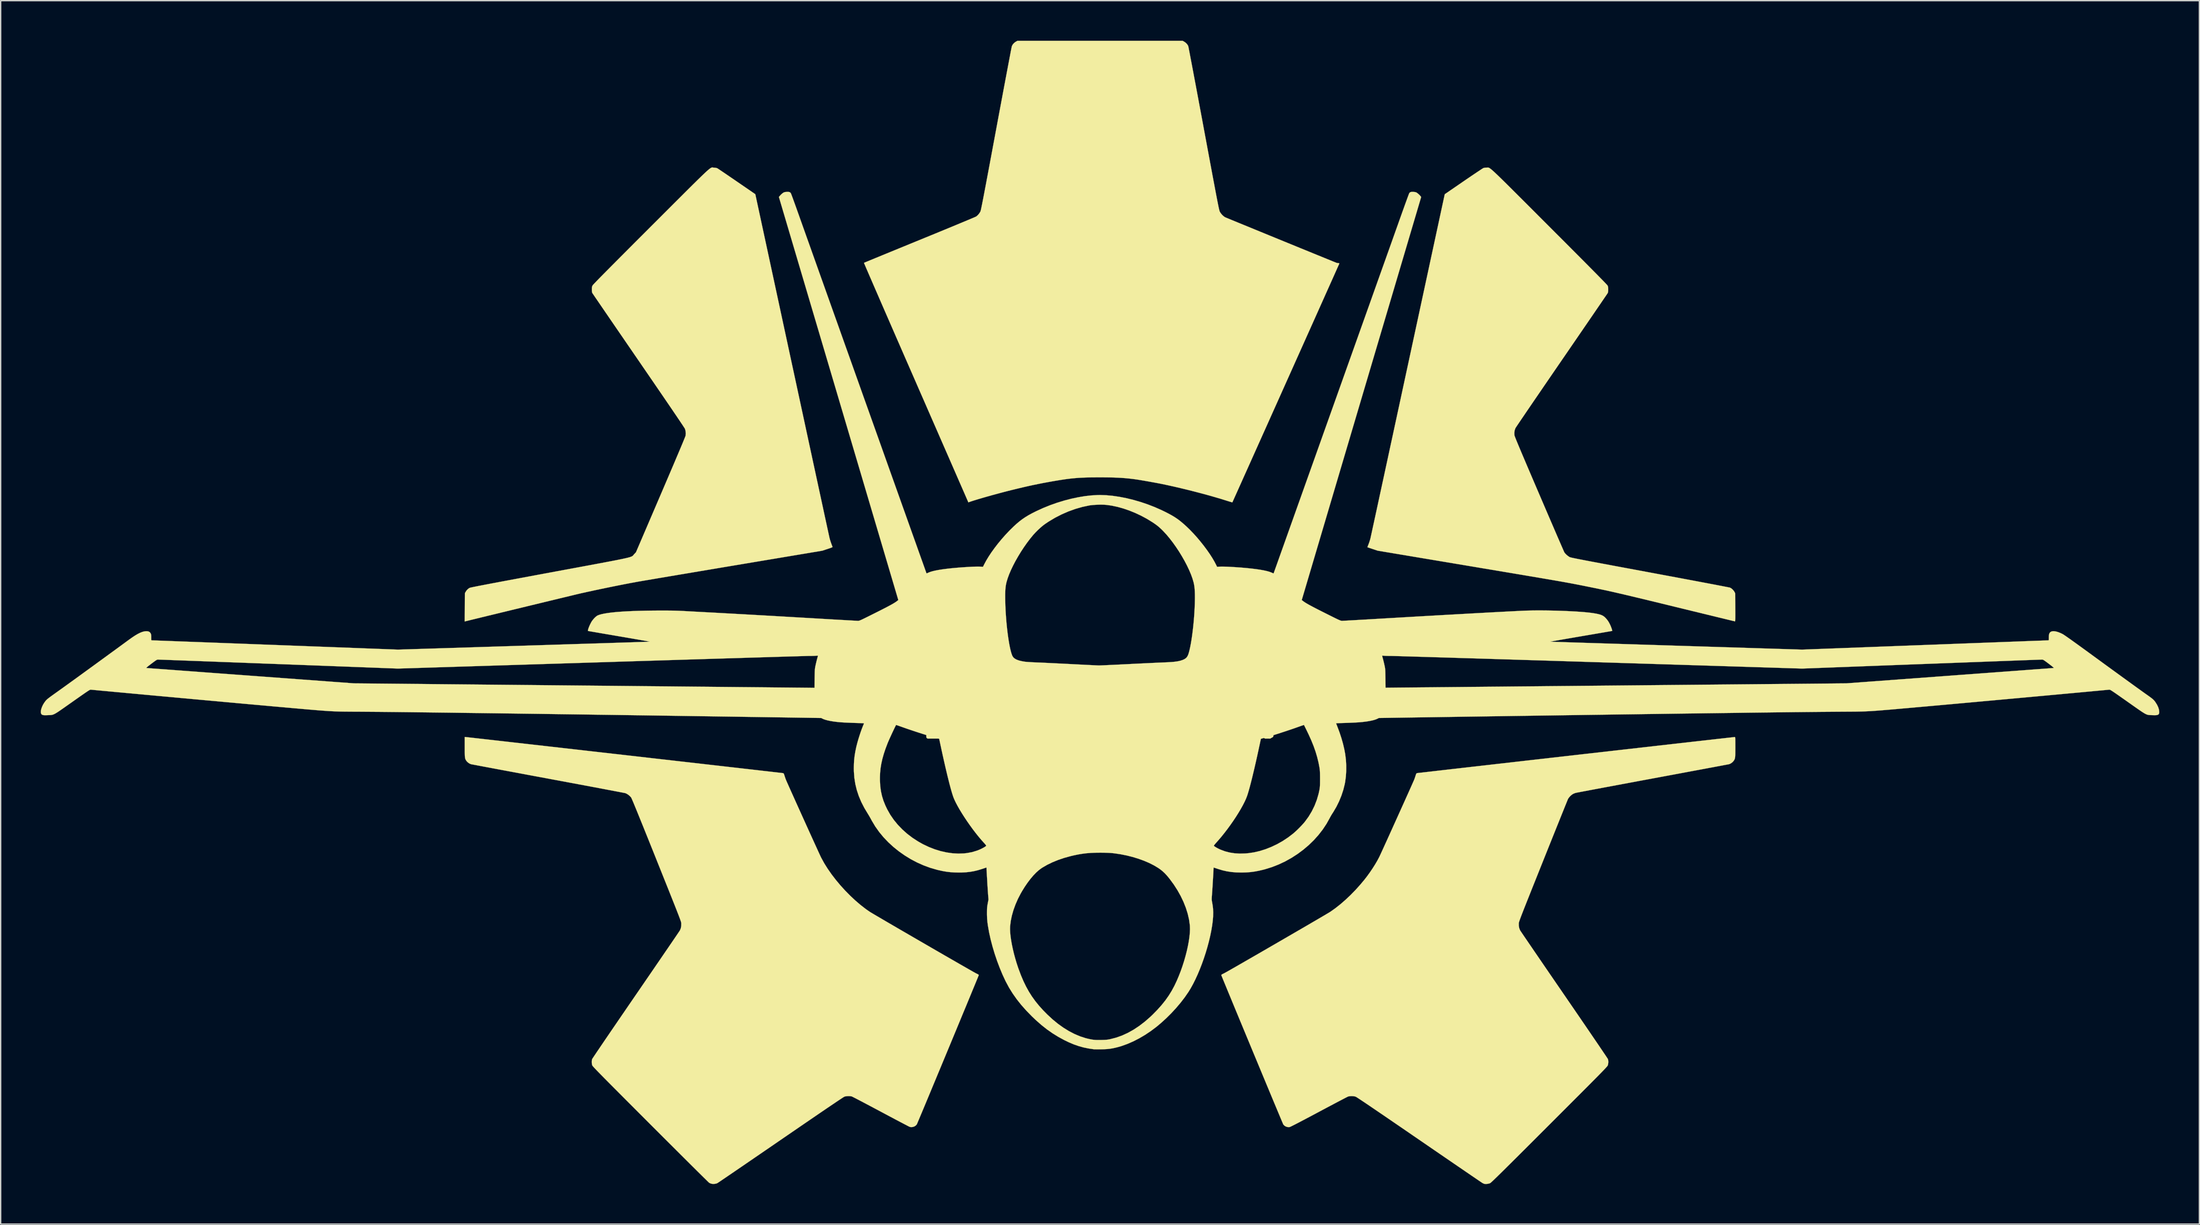
<source format=kicad_pcb>
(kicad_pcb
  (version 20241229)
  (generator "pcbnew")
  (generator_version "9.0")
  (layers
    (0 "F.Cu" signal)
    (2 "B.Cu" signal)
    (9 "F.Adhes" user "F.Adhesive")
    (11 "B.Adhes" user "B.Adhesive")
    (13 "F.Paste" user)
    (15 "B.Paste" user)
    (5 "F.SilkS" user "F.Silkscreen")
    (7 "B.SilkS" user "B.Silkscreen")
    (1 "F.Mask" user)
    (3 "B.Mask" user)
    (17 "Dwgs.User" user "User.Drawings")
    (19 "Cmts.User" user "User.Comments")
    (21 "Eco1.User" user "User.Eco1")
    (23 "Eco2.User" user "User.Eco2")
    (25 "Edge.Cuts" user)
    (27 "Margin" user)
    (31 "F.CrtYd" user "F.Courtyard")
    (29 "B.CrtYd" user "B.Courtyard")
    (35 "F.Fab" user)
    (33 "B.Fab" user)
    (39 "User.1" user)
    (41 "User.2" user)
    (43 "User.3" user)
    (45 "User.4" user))
  (footprint "LOGO_OH_NoText_Large"
    (layer "F.Cu")
    (at 79.276 51.408)
    (property "Reference" "LOGO_OH_NoText_Large" (at 0 0 0) (layer "F.SilkS") (effects (font (size 1.524 1.524) (thickness 0.3))))
    (attr through_hole board_only exclude_from_pos_files exclude_from_bom)
    (fp_poly (pts (xy -28.992 -41.921) (xy -28.971 -41.918) (xy -28.949 -41.914) (xy -28.926 -41.91) (xy -28.899 -41.907) (xy -28.884 -41.906) (xy -28.768 -41.895) (xy -28.677 -41.876) (xy -28.639 -41.861) (xy -28.61 -41.843) (xy -28.549 -41.804) (xy -28.459 -41.744) (xy -28.342 -41.665) (xy -28.202 -41.571) (xy -28.041 -41.462) (xy -27.862 -41.34) (xy -27.668 -41.207) (xy -27.461 -41.066) (xy -27.245 -40.918) (xy -27.178 -40.872) (xy -25.792 -39.92) (xy -23.037 -27.141) (xy -22.88 -26.414) (xy -22.725 -25.697) (xy -22.573 -24.99) (xy -22.423 -24.296) (xy -22.276 -23.615) (xy -22.132 -22.948) (xy -21.992 -22.297) (xy -21.855 -21.662) (xy -21.722 -21.044) (xy -21.592 -20.446) (xy -21.468 -19.868) (xy -21.347 -19.311) (xy -21.232 -18.776) (xy -21.121 -18.264) (xy -21.016 -17.777) (xy -20.916 -17.316) (xy -20.822 -16.881) (xy -20.734 -16.474) (xy -20.653 -16.097) (xy -20.578 -15.749) (xy -20.509 -15.433) (xy -20.448 -15.15) (xy -20.394 -14.9) (xy -20.347 -14.685) (xy -20.308 -14.505) (xy -20.277 -14.363) (xy -20.254 -14.259) (xy -20.24 -14.194) (xy -20.235 -14.171) (xy -20.2 -14.045) (xy -20.152 -13.894) (xy -20.094 -13.729) (xy -20.031 -13.564) (xy -20.014 -13.522) (xy -20.014 -13.508) (xy -20.031 -13.493) (xy -20.067 -13.473) (xy -20.129 -13.448) (xy -20.221 -13.415) (xy -20.347 -13.373) (xy -20.387 -13.359) (xy -20.775 -13.231) (xy -27.421 -12.118) (xy -27.953 -12.029) (xy -28.478 -11.941) (xy -28.993 -11.854) (xy -29.498 -11.769) (xy -29.99 -11.687) (xy -30.468 -11.606) (xy -30.931 -11.528) (xy -31.375 -11.454) (xy -31.799 -11.382) (xy -32.203 -11.314) (xy -32.583 -11.25) (xy -32.938 -11.19) (xy -33.267 -11.134) (xy -33.567 -11.083) (xy -33.837 -11.037) (xy -34.075 -10.997) (xy -34.279 -10.962) (xy -34.448 -10.933) (xy -34.579 -10.91) (xy -34.671 -10.894) (xy -34.703 -10.888) (xy -35.104 -10.814) (xy -35.537 -10.731) (xy -35.994 -10.641) (xy -36.467 -10.546) (xy -36.946 -10.448) (xy -37.423 -10.349) (xy -37.889 -10.25) (xy -38.336 -10.153) (xy -38.755 -10.06) (xy -38.841 -10.041) (xy -38.895 -10.028) (xy -38.988 -10.006) (xy -39.117 -9.976) (xy -39.279 -9.937) (xy -39.473 -9.89) (xy -39.696 -9.836) (xy -39.944 -9.776) (xy -40.217 -9.711) (xy -40.511 -9.64) (xy -40.824 -9.564) (xy -41.153 -9.485) (xy -41.496 -9.402) (xy -41.85 -9.316) (xy -42.213 -9.228) (xy -42.583 -9.139) (xy -42.957 -9.048) (xy -43.332 -8.957) (xy -43.706 -8.867) (xy -44.077 -8.777) (xy -44.441 -8.688) (xy -44.798 -8.602) (xy -45.143 -8.518) (xy -45.475 -8.437) (xy -45.791 -8.361) (xy -46.089 -8.288) (xy -46.366 -8.221) (xy -46.619 -8.159) (xy -46.847 -8.103) (xy -47.046 -8.055) (xy -47.215 -8.013) (xy -47.351 -7.98) (xy -47.45 -7.955) (xy -47.486 -7.946) (xy -47.542 -7.933) (xy -47.536 -8.988) (xy -47.53 -10.044) (xy -47.48 -10.139) (xy -47.396 -10.265) (xy -47.289 -10.373) (xy -47.181 -10.445) (xy -47.162 -10.452) (xy -47.127 -10.461) (xy -47.074 -10.474) (xy -47.001 -10.49) (xy -46.908 -10.51) (xy -46.793 -10.533) (xy -46.655 -10.561) (xy -46.494 -10.593) (xy -46.307 -10.629) (xy -46.093 -10.67) (xy -45.852 -10.716) (xy -45.582 -10.768) (xy -45.282 -10.824) (xy -44.951 -10.887) (xy -44.588 -10.955) (xy -44.191 -11.029) (xy -43.759 -11.11) (xy -43.291 -11.197) (xy -42.786 -11.291) (xy -42.243 -11.392) (xy -41.66 -11.501) (xy -41.19 -11.588) (xy -40.593 -11.699) (xy -40.035 -11.802) (xy -39.516 -11.898) (xy -39.035 -11.987) (xy -38.589 -12.07) (xy -38.178 -12.146) (xy -37.8 -12.217) (xy -37.453 -12.282) (xy -37.137 -12.341) (xy -36.849 -12.396) (xy -36.589 -12.445) (xy -36.354 -12.491) (xy -36.143 -12.532) (xy -35.956 -12.57) (xy -35.79 -12.604) (xy -35.644 -12.635) (xy -35.517 -12.663) (xy -35.407 -12.688) (xy -35.313 -12.712) (xy -35.233 -12.733) (xy -35.166 -12.753) (xy -35.11 -12.772) (xy -35.065 -12.79) (xy -35.028 -12.807) (xy -34.998 -12.824) (xy -34.974 -12.841) (xy -34.954 -12.858) (xy -34.937 -12.875) (xy -34.922 -12.894) (xy -34.906 -12.914) (xy -34.889 -12.936) (xy -34.869 -12.959) (xy -34.859 -12.97) (xy -34.724 -13.114) (xy -32.877 -17.421) (xy -32.64 -17.974) (xy -32.419 -18.491) (xy -32.214 -18.971) (xy -32.024 -19.416) (xy -31.85 -19.824) (xy -31.693 -20.196) (xy -31.551 -20.531) (xy -31.425 -20.828) (xy -31.316 -21.088) (xy -31.223 -21.311) (xy -31.147 -21.496) (xy -31.087 -21.643) (xy -31.044 -21.752) (xy -31.017 -21.822) (xy -31.008 -21.853) (xy -30.995 -22.013) (xy -31.012 -22.186) (xy -31.052 -22.343) (xy -31.066 -22.37) (xy -31.1 -22.426) (xy -31.155 -22.51) (xy -31.229 -22.624) (xy -31.325 -22.767) (xy -31.441 -22.941) (xy -31.579 -23.145) (xy -31.737 -23.38) (xy -31.918 -23.646) (xy -32.12 -23.944) (xy -32.345 -24.274) (xy -32.592 -24.636) (xy -32.861 -25.03) (xy -33.154 -25.458) (xy -33.469 -25.919) (xy -33.808 -26.413) (xy -34.171 -26.942) (xy -34.523 -27.456) (xy -34.809 -27.872) (xy -35.088 -28.28) (xy -35.361 -28.677) (xy -35.625 -29.063) (xy -35.881 -29.436) (xy -36.127 -29.794) (xy -36.362 -30.137) (xy -36.585 -30.463) (xy -36.795 -30.77) (xy -36.992 -31.057) (xy -37.173 -31.323) (xy -37.34 -31.566) (xy -37.489 -31.785) (xy -37.621 -31.978) (xy -37.735 -32.144) (xy -37.829 -32.282) (xy -37.902 -32.39) (xy -37.954 -32.467) (xy -37.984 -32.512) (xy -37.991 -32.522) (xy -38.01 -32.573) (xy -38.021 -32.645) (xy -38.026 -32.749) (xy -38.026 -32.787) (xy -38.025 -32.886) (xy -38.019 -32.956) (xy -38.007 -33.009) (xy -37.985 -33.06) (xy -37.967 -33.095) (xy -37.951 -33.116) (xy -37.918 -33.153) (xy -37.867 -33.209) (xy -37.796 -33.284) (xy -37.706 -33.378) (xy -37.596 -33.492) (xy -37.464 -33.627) (xy -37.311 -33.783) (xy -37.135 -33.961) (xy -36.936 -34.162) (xy -36.714 -34.386) (xy -36.468 -34.634) (xy -36.196 -34.907) (xy -35.899 -35.205) (xy -35.576 -35.529) (xy -35.226 -35.88) (xy -34.849 -36.258) (xy -34.443 -36.664) (xy -34.008 -37.098) (xy -33.596 -37.511) (xy -33.164 -37.942) (xy -32.762 -38.344) (xy -32.387 -38.719) (xy -32.039 -39.067) (xy -31.717 -39.389) (xy -31.42 -39.685) (xy -31.146 -39.958) (xy -30.895 -40.209) (xy -30.666 -40.437) (xy -30.457 -40.644) (xy -30.267 -40.831) (xy -30.096 -41) (xy -29.942 -41.15) (xy -29.805 -41.283) (xy -29.682 -41.401) (xy -29.574 -41.503) (xy -29.479 -41.591) (xy -29.396 -41.667) (xy -29.324 -41.73) (xy -29.261 -41.782) (xy -29.208 -41.824) (xy -29.162 -41.858) (xy -29.123 -41.883) (xy -29.09 -41.9) (xy -29.061 -41.912) (xy -29.036 -41.919) (xy -29.013 -41.922) (xy -28.992 -41.921)) (stroke (width 0.01) (type solid)) (fill yes) (layer "F.SilkS"))
    (fp_poly (pts (xy 29.056 -41.915) (xy 29.079 -41.911) (xy 29.103 -41.904) (xy 29.132 -41.891) (xy 29.165 -41.873) (xy 29.203 -41.847) (xy 29.248 -41.814) (xy 29.301 -41.772) (xy 29.362 -41.72) (xy 29.433 -41.657) (xy 29.516 -41.583) (xy 29.61 -41.495) (xy 29.716 -41.394) (xy 29.837 -41.278) (xy 29.973 -41.146) (xy 30.126 -40.997) (xy 30.295 -40.83) (xy 30.482 -40.645) (xy 30.689 -40.439) (xy 30.916 -40.213) (xy 31.165 -39.965) (xy 31.436 -39.694) (xy 31.731 -39.4) (xy 32.05 -39.081) (xy 32.395 -38.736) (xy 32.766 -38.364) (xy 33.166 -37.964) (xy 33.594 -37.536) (xy 33.648 -37.482) (xy 34.119 -37.009) (xy 34.562 -36.567) (xy 34.975 -36.153) (xy 35.359 -35.767) (xy 35.715 -35.41) (xy 36.044 -35.08) (xy 36.345 -34.777) (xy 36.619 -34.5) (xy 36.867 -34.25) (xy 37.089 -34.026) (xy 37.286 -33.826) (xy 37.457 -33.651) (xy 37.605 -33.501) (xy 37.728 -33.374) (xy 37.827 -33.271) (xy 37.903 -33.19) (xy 37.957 -33.132) (xy 37.988 -33.096) (xy 37.997 -33.084) (xy 38.022 -33.03) (xy 38.037 -32.974) (xy 38.045 -32.905) (xy 38.047 -32.808) (xy 38.047 -32.787) (xy 38.045 -32.678) (xy 38.037 -32.6) (xy 38.022 -32.544) (xy 38.009 -32.516) (xy 37.994 -32.493) (xy 37.956 -32.436) (xy 37.896 -32.348) (xy 37.814 -32.228) (xy 37.713 -32.08) (xy 37.593 -31.903) (xy 37.454 -31.7) (xy 37.298 -31.472) (xy 37.126 -31.221) (xy 36.939 -30.947) (xy 36.738 -30.653) (xy 36.523 -30.339) (xy 36.295 -30.007) (xy 36.056 -29.658) (xy 35.807 -29.295) (xy 35.549 -28.918) (xy 35.281 -28.528) (xy 35.007 -28.127) (xy 34.725 -27.717) (xy 34.561 -27.478) (xy 34.276 -27.063) (xy 33.997 -26.656) (xy 33.725 -26.259) (xy 33.461 -25.874) (xy 33.206 -25.501) (xy 32.961 -25.142) (xy 32.726 -24.799) (xy 32.503 -24.473) (xy 32.293 -24.165) (xy 32.097 -23.878) (xy 31.915 -23.611) (xy 31.75 -23.367) (xy 31.6 -23.147) (xy 31.469 -22.953) (xy 31.356 -22.786) (xy 31.262 -22.647) (xy 31.189 -22.538) (xy 31.138 -22.46) (xy 31.109 -22.415) (xy 31.103 -22.405) (xy 31.046 -22.241) (xy 31.02 -22.065) (xy 31.025 -21.894) (xy 31.027 -21.88) (xy 31.033 -21.856) (xy 31.046 -21.816) (xy 31.066 -21.759) (xy 31.095 -21.685) (xy 31.132 -21.59) (xy 31.178 -21.475) (xy 31.235 -21.338) (xy 31.301 -21.178) (xy 31.378 -20.993) (xy 31.467 -20.782) (xy 31.567 -20.544) (xy 31.68 -20.278) (xy 31.806 -19.982) (xy 31.945 -19.654) (xy 32.098 -19.295) (xy 32.266 -18.902) (xy 32.449 -18.474) (xy 32.648 -18.009) (xy 32.863 -17.508) (xy 32.884 -17.46) (xy 33.058 -17.053) (xy 33.228 -16.657) (xy 33.393 -16.272) (xy 33.553 -15.9) (xy 33.706 -15.544) (xy 33.853 -15.204) (xy 33.991 -14.883) (xy 34.12 -14.583) (xy 34.24 -14.305) (xy 34.35 -14.052) (xy 34.449 -13.824) (xy 34.536 -13.624) (xy 34.61 -13.454) (xy 34.671 -13.315) (xy 34.717 -13.21) (xy 34.749 -13.139) (xy 34.765 -13.105) (xy 34.766 -13.102) (xy 34.833 -13.017) (xy 34.923 -12.926) (xy 35.026 -12.84) (xy 35.126 -12.771) (xy 35.16 -12.752) (xy 35.175 -12.745) (xy 35.199 -12.738) (xy 35.232 -12.728) (xy 35.276 -12.717) (xy 35.332 -12.704) (xy 35.401 -12.688) (xy 35.486 -12.67) (xy 35.588 -12.649) (xy 35.707 -12.625) (xy 35.845 -12.598) (xy 36.004 -12.567) (xy 36.185 -12.532) (xy 36.39 -12.492) (xy 36.619 -12.449) (xy 36.875 -12.4) (xy 37.158 -12.347) (xy 37.47 -12.288) (xy 37.813 -12.224) (xy 38.187 -12.154) (xy 38.595 -12.077) (xy 39.038 -11.995) (xy 39.516 -11.906) (xy 40.032 -11.81) (xy 40.587 -11.707) (xy 41.18 -11.596) (xy 41.674 -11.504) (xy 42.157 -11.414) (xy 42.629 -11.326) (xy 43.087 -11.241) (xy 43.529 -11.158) (xy 43.955 -11.078) (xy 44.361 -11.002) (xy 44.747 -10.929) (xy 45.111 -10.86) (xy 45.451 -10.796) (xy 45.766 -10.736) (xy 46.053 -10.682) (xy 46.311 -10.632) (xy 46.539 -10.588) (xy 46.735 -10.55) (xy 46.896 -10.519) (xy 47.022 -10.494) (xy 47.111 -10.476) (xy 47.16 -10.465) (xy 47.17 -10.462) (xy 47.276 -10.399) (xy 47.378 -10.307) (xy 47.464 -10.201) (xy 47.495 -10.15) (xy 47.551 -10.044) (xy 47.557 -8.991) (xy 47.558 -8.745) (xy 47.559 -8.538) (xy 47.559 -8.368) (xy 47.558 -8.231) (xy 47.556 -8.125) (xy 47.553 -8.046) (xy 47.55 -7.991) (xy 47.545 -7.957) (xy 47.539 -7.942) (xy 47.536 -7.94) (xy 47.513 -7.945) (xy 47.451 -7.96) (xy 47.351 -7.983) (xy 47.217 -8.016) (xy 47.05 -8.056) (xy 46.851 -8.104) (xy 46.623 -8.16) (xy 46.369 -8.221) (xy 46.089 -8.289) (xy 45.786 -8.363) (xy 45.462 -8.442) (xy 45.12 -8.525) (xy 44.76 -8.613) (xy 44.385 -8.704) (xy 43.997 -8.799) (xy 43.598 -8.896) (xy 43.572 -8.903) (xy 43.016 -9.038) (xy 42.5 -9.164) (xy 42.021 -9.281) (xy 41.576 -9.389) (xy 41.163 -9.489) (xy 40.78 -9.582) (xy 40.426 -9.667) (xy 40.097 -9.746) (xy 39.791 -9.819) (xy 39.507 -9.887) (xy 39.242 -9.949) (xy 38.994 -10.007) (xy 38.76 -10.061) (xy 38.539 -10.112) (xy 38.328 -10.16) (xy 38.125 -10.205) (xy 37.928 -10.248) (xy 37.735 -10.29) (xy 37.543 -10.33) (xy 37.351 -10.371) (xy 37.156 -10.411) (xy 36.955 -10.452) (xy 36.747 -10.494) (xy 36.53 -10.538) (xy 36.301 -10.584) (xy 36.248 -10.595) (xy 36.113 -10.622) (xy 35.982 -10.648) (xy 35.855 -10.673) (xy 35.73 -10.697) (xy 35.605 -10.721) (xy 35.479 -10.746) (xy 35.35 -10.77) (xy 35.216 -10.795) (xy 35.076 -10.821) (xy 34.929 -10.848) (xy 34.773 -10.876) (xy 34.605 -10.906) (xy 34.426 -10.938) (xy 34.232 -10.972) (xy 34.024 -11.008) (xy 33.798 -11.047) (xy 33.553 -11.089) (xy 33.289 -11.134) (xy 33.003 -11.183) (xy 32.693 -11.236) (xy 32.359 -11.292) (xy 31.998 -11.353) (xy 31.609 -11.419) (xy 31.191 -11.489) (xy 30.742 -11.565) (xy 30.26 -11.645) (xy 29.743 -11.732) (xy 29.191 -11.825) (xy 28.602 -11.923) (xy 27.974 -12.029) (xy 27.443 -12.118) (xy 20.796 -13.231) (xy 20.41 -13.359) (xy 20.29 -13.399) (xy 20.186 -13.434) (xy 20.102 -13.463) (xy 20.046 -13.484) (xy 20.024 -13.493) (xy 20.024 -13.493) (xy 20.031 -13.514) (xy 20.051 -13.567) (xy 20.08 -13.642) (xy 20.11 -13.717) (xy 20.154 -13.836) (xy 20.198 -13.971) (xy 20.237 -14.1) (xy 20.249 -14.147) (xy 20.257 -14.18) (xy 20.273 -14.253) (xy 20.297 -14.365) (xy 20.33 -14.515) (xy 20.371 -14.702) (xy 20.419 -14.925) (xy 20.475 -15.182) (xy 20.538 -15.473) (xy 20.608 -15.795) (xy 20.685 -16.149) (xy 20.768 -16.533) (xy 20.857 -16.946) (xy 20.952 -17.386) (xy 21.053 -17.853) (xy 21.16 -18.346) (xy 21.272 -18.863) (xy 21.388 -19.402) (xy 21.51 -19.964) (xy 21.635 -20.547) (xy 21.765 -21.15) (xy 21.9 -21.771) (xy 22.037 -22.409) (xy 22.179 -23.064) (xy 22.323 -23.734) (xy 22.471 -24.418) (xy 22.621 -25.115) (xy 22.774 -25.824) (xy 22.929 -26.543) (xy 23.058 -27.14) (xy 25.813 -39.918) (xy 27.215 -40.88) (xy 27.435 -41.031) (xy 27.647 -41.175) (xy 27.847 -41.311) (xy 28.034 -41.437) (xy 28.203 -41.551) (xy 28.352 -41.65) (xy 28.479 -41.734) (xy 28.58 -41.801) (xy 28.654 -41.847) (xy 28.696 -41.873) (xy 28.703 -41.876) (xy 28.781 -41.896) (xy 28.883 -41.908) (xy 28.942 -41.91) (xy 28.969 -41.911) (xy 28.992 -41.913) (xy 29.014 -41.915) (xy 29.035 -41.916) (xy 29.056 -41.915)) (stroke (width 0.01) (type solid)) (fill yes) (layer "F.SilkS"))
    (fp_poly (pts (xy 6.305 -51.34) (xy 6.418 -51.262) (xy 6.517 -51.163) (xy 6.59 -51.056) (xy 6.613 -51.005) (xy 6.62 -50.977) (xy 6.634 -50.909) (xy 6.655 -50.803) (xy 6.682 -50.66) (xy 6.717 -50.482) (xy 6.757 -50.271) (xy 6.803 -50.028) (xy 6.855 -49.756) (xy 6.912 -49.455) (xy 6.974 -49.127) (xy 7.04 -48.774) (xy 7.111 -48.398) (xy 7.186 -48) (xy 7.264 -47.582) (xy 7.346 -47.146) (xy 7.43 -46.693) (xy 7.518 -46.224) (xy 7.608 -45.743) (xy 7.7 -45.25) (xy 7.779 -44.822) (xy 7.89 -44.225) (xy 7.994 -43.667) (xy 8.09 -43.148) (xy 8.18 -42.667) (xy 8.263 -42.221) (xy 8.34 -41.81) (xy 8.41 -41.432) (xy 8.475 -41.086) (xy 8.535 -40.77) (xy 8.589 -40.482) (xy 8.638 -40.222) (xy 8.682 -39.988) (xy 8.722 -39.779) (xy 8.758 -39.592) (xy 8.79 -39.427) (xy 8.819 -39.282) (xy 8.844 -39.156) (xy 8.866 -39.047) (xy 8.885 -38.954) (xy 8.902 -38.876) (xy 8.917 -38.811) (xy 8.93 -38.757) (xy 8.941 -38.714) (xy 8.95 -38.679) (xy 8.959 -38.651) (xy 8.967 -38.63) (xy 8.974 -38.613) (xy 8.981 -38.6) (xy 9.05 -38.491) (xy 9.14 -38.383) (xy 9.24 -38.287) (xy 9.338 -38.214) (xy 9.377 -38.192) (xy 9.406 -38.18) (xy 9.471 -38.152) (xy 9.571 -38.111) (xy 9.703 -38.056) (xy 9.866 -37.989) (xy 10.057 -37.91) (xy 10.273 -37.821) (xy 10.513 -37.723) (xy 10.774 -37.616) (xy 11.054 -37.501) (xy 11.352 -37.379) (xy 11.663 -37.251) (xy 11.987 -37.118) (xy 12.322 -36.981) (xy 12.664 -36.841) (xy 13.011 -36.699) (xy 13.362 -36.555) (xy 13.715 -36.411) (xy 14.066 -36.267) (xy 14.414 -36.125) (xy 14.756 -35.985) (xy 15.091 -35.848) (xy 15.415 -35.716) (xy 15.728 -35.588) (xy 16.025 -35.466) (xy 16.306 -35.352) (xy 16.569 -35.245) (xy 16.809 -35.147) (xy 17.027 -35.058) (xy 17.219 -34.98) (xy 17.383 -34.913) (xy 17.516 -34.859) (xy 17.618 -34.818) (xy 17.684 -34.792) (xy 17.714 -34.78) (xy 17.714 -34.78) (xy 17.788 -34.763) (xy 17.86 -34.756) (xy 17.91 -34.75) (xy 17.923 -34.732) (xy 17.922 -34.729) (xy 17.911 -34.704) (xy 17.883 -34.642) (xy 17.84 -34.545) (xy 17.781 -34.414) (xy 17.708 -34.25) (xy 17.621 -34.055) (xy 17.521 -33.83) (xy 17.408 -33.577) (xy 17.283 -33.298) (xy 17.146 -32.993) (xy 16.999 -32.665) (xy 16.842 -32.314) (xy 16.676 -31.942) (xy 16.501 -31.551) (xy 16.318 -31.142) (xy 16.128 -30.717) (xy 15.931 -30.277) (xy 15.728 -29.823) (xy 15.519 -29.358) (xy 15.306 -28.881) (xy 15.089 -28.396) (xy 14.868 -27.903) (xy 14.644 -27.404) (xy 14.419 -26.9) (xy 14.192 -26.393) (xy 13.964 -25.885) (xy 13.736 -25.376) (xy 13.509 -24.868) (xy 13.283 -24.363) (xy 13.058 -23.862) (xy 12.836 -23.367) (xy 12.618 -22.878) (xy 12.403 -22.399) (xy 12.192 -21.929) (xy 11.987 -21.471) (xy 11.787 -21.025) (xy 11.594 -20.594) (xy 11.408 -20.179) (xy 11.23 -19.781) (xy 11.06 -19.402) (xy 10.899 -19.044) (xy 10.748 -18.707) (xy 10.608 -18.393) (xy 10.478 -18.104) (xy 10.36 -17.841) (xy 10.255 -17.606) (xy 10.162 -17.4) (xy 10.083 -17.224) (xy 10.019 -17.08) (xy 9.969 -16.97) (xy 9.935 -16.895) (xy 9.918 -16.856) (xy 9.915 -16.851) (xy 9.893 -16.854) (xy 9.837 -16.869) (xy 9.752 -16.893) (xy 9.645 -16.926) (xy 9.521 -16.964) (xy 9.467 -16.981) (xy 9.048 -17.112) (xy 8.595 -17.245) (xy 8.114 -17.382) (xy 7.613 -17.518) (xy 7.099 -17.652) (xy 6.58 -17.784) (xy 6.062 -17.909) (xy 5.553 -18.028) (xy 5.06 -18.137) (xy 4.591 -18.235) (xy 4.583 -18.237) (xy 4.447 -18.264) (xy 4.282 -18.295) (xy 4.095 -18.33) (xy 3.894 -18.366) (xy 3.684 -18.404) (xy 3.475 -18.441) (xy 3.272 -18.476) (xy 3.082 -18.508) (xy 2.914 -18.536) (xy 2.774 -18.558) (xy 2.678 -18.572) (xy 2.411 -18.607) (xy 2.15 -18.637) (xy 1.887 -18.662) (xy 1.617 -18.682) (xy 1.334 -18.697) (xy 1.032 -18.709) (xy 0.704 -18.716) (xy 0.345 -18.72) (xy 0.011 -18.721) (xy -0.364 -18.72) (xy -0.703 -18.717) (xy -1.012 -18.71) (xy -1.3 -18.699) (xy -1.571 -18.685) (xy -1.834 -18.665) (xy -2.093 -18.641) (xy -2.357 -18.61) (xy -2.632 -18.573) (xy -2.923 -18.529) (xy -3.239 -18.477) (xy -3.545 -18.425) (xy -3.919 -18.358) (xy -4.274 -18.292) (xy -4.618 -18.224) (xy -4.96 -18.154) (xy -5.307 -18.079) (xy -5.667 -17.997) (xy -6.05 -17.907) (xy -6.463 -17.806) (xy -6.572 -17.78) (xy -6.867 -17.706) (xy -7.173 -17.627) (xy -7.487 -17.544) (xy -7.802 -17.459) (xy -8.115 -17.374) (xy -8.419 -17.288) (xy -8.71 -17.205) (xy -8.983 -17.125) (xy -9.232 -17.05) (xy -9.453 -16.982) (xy -9.64 -16.921) (xy -9.722 -16.893) (xy -9.845 -16.85) (xy -9.874 -16.918) (xy -9.884 -16.942) (xy -9.911 -17.003) (xy -9.954 -17.101) (xy -10.012 -17.233) (xy -10.084 -17.4) (xy -10.171 -17.599) (xy -10.272 -17.83) (xy -10.386 -18.091) (xy -10.513 -18.381) (xy -10.652 -18.699) (xy -10.802 -19.043) (xy -10.963 -19.412) (xy -11.135 -19.806) (xy -11.317 -20.223) (xy -11.509 -20.661) (xy -11.709 -21.119) (xy -11.918 -21.597) (xy -12.134 -22.093) (xy -12.358 -22.605) (xy -12.589 -23.133) (xy -12.826 -23.675) (xy -13.068 -24.231) (xy -13.316 -24.798) (xy -13.569 -25.375) (xy -13.787 -25.876) (xy -14.043 -26.462) (xy -14.294 -27.037) (xy -14.541 -27.601) (xy -14.782 -28.154) (xy -15.017 -28.693) (xy -15.246 -29.217) (xy -15.467 -29.725) (xy -15.681 -30.217) (xy -15.887 -30.69) (xy -16.085 -31.143) (xy -16.273 -31.576) (xy -16.452 -31.987) (xy -16.62 -32.375) (xy -16.778 -32.738) (xy -16.925 -33.076) (xy -17.059 -33.387) (xy -17.182 -33.67) (xy -17.292 -33.924) (xy -17.388 -34.147) (xy -17.471 -34.339) (xy -17.539 -34.498) (xy -17.592 -34.622) (xy -17.63 -34.712) (xy -17.652 -34.765) (xy -17.657 -34.78) (xy -17.636 -34.79) (xy -17.578 -34.814) (xy -17.485 -34.853) (xy -17.357 -34.906) (xy -17.198 -34.972) (xy -17.008 -35.05) (xy -16.791 -35.14) (xy -16.546 -35.24) (xy -16.277 -35.351) (xy -15.985 -35.471) (xy -15.672 -35.599) (xy -15.34 -35.735) (xy -14.991 -35.879) (xy -14.625 -36.028) (xy -14.246 -36.184) (xy -13.855 -36.344) (xy -13.495 -36.491) (xy -13.093 -36.656) (xy -12.702 -36.816) (xy -12.321 -36.972) (xy -11.955 -37.123) (xy -11.603 -37.268) (xy -11.269 -37.406) (xy -10.954 -37.536) (xy -10.659 -37.658) (xy -10.388 -37.771) (xy -10.141 -37.874) (xy -9.921 -37.966) (xy -9.728 -38.046) (xy -9.566 -38.115) (xy -9.436 -38.17) (xy -9.34 -38.212) (xy -9.28 -38.239) (xy -9.258 -38.25) (xy -9.146 -38.345) (xy -9.041 -38.466) (xy -8.955 -38.6) (xy -8.943 -38.625) (xy -8.936 -38.642) (xy -8.928 -38.668) (xy -8.918 -38.707) (xy -8.905 -38.758) (xy -8.89 -38.823) (xy -8.873 -38.904) (xy -8.853 -39.002) (xy -8.829 -39.118) (xy -8.802 -39.253) (xy -8.771 -39.41) (xy -8.736 -39.589) (xy -8.697 -39.791) (xy -8.654 -40.018) (xy -8.606 -40.272) (xy -8.552 -40.553) (xy -8.494 -40.863) (xy -8.43 -41.204) (xy -8.36 -41.576) (xy -8.284 -41.981) (xy -8.202 -42.421) (xy -8.113 -42.896) (xy -8.018 -43.408) (xy -7.915 -43.959) (xy -7.805 -44.549) (xy -7.755 -44.818) (xy -7.662 -45.319) (xy -7.571 -45.81) (xy -7.481 -46.289) (xy -7.394 -46.755) (xy -7.31 -47.205) (xy -7.229 -47.639) (xy -7.151 -48.053) (xy -7.077 -48.448) (xy -7.007 -48.82) (xy -6.941 -49.169) (xy -6.88 -49.493) (xy -6.824 -49.79) (xy -6.773 -50.058) (xy -6.728 -50.296) (xy -6.689 -50.502) (xy -6.656 -50.675) (xy -6.629 -50.812) (xy -6.609 -50.912) (xy -6.597 -50.974) (xy -6.592 -50.994) (xy -6.535 -51.108) (xy -6.446 -51.216) (xy -6.335 -51.309) (xy -6.283 -51.34) (xy -6.17 -51.403) (xy 6.191 -51.403) (xy 6.305 -51.34)) (stroke (width 0.01) (type solid)) (fill yes) (layer "F.SilkS"))
    (fp_poly (pts (xy -47.429 0.725) (xy -47.372 0.731) (xy -47.276 0.742) (xy -47.142 0.757) (xy -46.971 0.776) (xy -46.766 0.799) (xy -46.526 0.826) (xy -46.255 0.857) (xy -45.953 0.891) (xy -45.621 0.928) (xy -45.262 0.969) (xy -44.876 1.012) (xy -44.466 1.059) (xy -44.032 1.108) (xy -43.576 1.16) (xy -43.099 1.214) (xy -42.604 1.27) (xy -42.09 1.328) (xy -41.561 1.388) (xy -41.016 1.45) (xy -40.459 1.513) (xy -39.889 1.578) (xy -39.309 1.644) (xy -38.72 1.711) (xy -38.124 1.779) (xy -37.522 1.847) (xy -36.914 1.916) (xy -36.304 1.986) (xy -35.692 2.055) (xy -35.08 2.125) (xy -34.469 2.194) (xy -33.86 2.264) (xy -33.256 2.333) (xy -32.657 2.401) (xy -32.065 2.468) (xy -31.482 2.535) (xy -30.908 2.6) (xy -30.346 2.664) (xy -29.797 2.727) (xy -29.261 2.788) (xy -28.742 2.847) (xy -28.239 2.904) (xy -27.755 2.96) (xy -27.291 3.012) (xy -26.849 3.063) (xy -26.429 3.111) (xy -26.034 3.156) (xy -25.665 3.198) (xy -25.323 3.238) (xy -25.01 3.273) (xy -24.726 3.306) (xy -24.475 3.335) (xy -24.256 3.36) (xy -24.072 3.381) (xy -23.924 3.398) (xy -23.814 3.411) (xy -23.742 3.42) (xy -23.71 3.424) (xy -23.709 3.424) (xy -23.68 3.44) (xy -23.655 3.475) (xy -23.631 3.536) (xy -23.611 3.598) (xy -23.578 3.7) (xy -23.541 3.81) (xy -23.51 3.895) (xy -23.492 3.938) (xy -23.458 4.017) (xy -23.409 4.13) (xy -23.345 4.272) (xy -23.27 4.443) (xy -23.182 4.638) (xy -23.085 4.855) (xy -22.978 5.092) (xy -22.864 5.346) (xy -22.744 5.614) (xy -22.618 5.893) (xy -22.488 6.181) (xy -22.355 6.475) (xy -22.221 6.772) (xy -22.086 7.07) (xy -21.953 7.365) (xy -21.821 7.656) (xy -21.693 7.939) (xy -21.569 8.211) (xy -21.451 8.471) (xy -21.34 8.714) (xy -21.237 8.939) (xy -21.144 9.143) (xy -21.062 9.323) (xy -20.991 9.477) (xy -20.934 9.6) (xy -20.891 9.692) (xy -20.863 9.749) (xy -20.859 9.757) (xy -20.636 10.164) (xy -20.376 10.579) (xy -20.085 10.997) (xy -19.766 11.412) (xy -19.424 11.822) (xy -19.063 12.219) (xy -18.688 12.6) (xy -18.303 12.96) (xy -17.913 13.294) (xy -17.521 13.598) (xy -17.24 13.794) (xy -17.196 13.821) (xy -17.119 13.869) (xy -17.009 13.934) (xy -16.869 14.017) (xy -16.701 14.116) (xy -16.508 14.229) (xy -16.291 14.356) (xy -16.053 14.496) (xy -15.796 14.646) (xy -15.521 14.806) (xy -15.231 14.975) (xy -14.929 15.151) (xy -14.615 15.333) (xy -14.293 15.52) (xy -13.964 15.711) (xy -13.631 15.904) (xy -13.295 16.099) (xy -12.959 16.294) (xy -12.625 16.487) (xy -12.295 16.678) (xy -11.971 16.865) (xy -11.655 17.048) (xy -11.349 17.224) (xy -11.056 17.393) (xy -10.778 17.553) (xy -10.516 17.704) (xy -10.273 17.843) (xy -10.051 17.97) (xy -9.852 18.084) (xy -9.678 18.183) (xy -9.531 18.267) (xy -9.414 18.333) (xy -9.328 18.38) (xy -9.276 18.408) (xy -9.265 18.414) (xy -9.164 18.463) (xy -9.099 18.501) (xy -9.069 18.529) (xy -9.066 18.542) (xy -9.076 18.569) (xy -9.101 18.632) (xy -9.141 18.731) (xy -9.195 18.863) (xy -9.262 19.026) (xy -9.341 19.219) (xy -9.432 19.44) (xy -9.534 19.686) (xy -9.645 19.956) (xy -9.765 20.247) (xy -9.894 20.559) (xy -10.03 20.889) (xy -10.174 21.234) (xy -10.323 21.594) (xy -10.477 21.967) (xy -10.635 22.349) (xy -10.797 22.741) (xy -10.962 23.138) (xy -11.129 23.541) (xy -11.297 23.946) (xy -11.466 24.352) (xy -11.634 24.757) (xy -11.801 25.159) (xy -11.966 25.557) (xy -12.129 25.947) (xy -12.287 26.329) (xy -12.442 26.7) (xy -12.591 27.059) (xy -12.734 27.404) (xy -12.871 27.732) (xy -13 28.042) (xy -13.121 28.332) (xy -13.233 28.6) (xy -13.335 28.844) (xy -13.427 29.062) (xy -13.506 29.252) (xy -13.574 29.413) (xy -13.629 29.542) (xy -13.669 29.638) (xy -13.696 29.699) (xy -13.706 29.722) (xy -13.789 29.812) (xy -13.897 29.878) (xy -14.02 29.916) (xy -14.145 29.923) (xy -14.238 29.903) (xy -14.268 29.889) (xy -14.333 29.857) (xy -14.43 29.807) (xy -14.557 29.741) (xy -14.711 29.66) (xy -14.89 29.566) (xy -15.092 29.46) (xy -15.313 29.343) (xy -15.552 29.216) (xy -15.805 29.082) (xy -16.071 28.94) (xy -16.347 28.793) (xy -16.408 28.76) (xy -16.686 28.612) (xy -16.954 28.47) (xy -17.21 28.334) (xy -17.452 28.206) (xy -17.677 28.087) (xy -17.882 27.979) (xy -18.066 27.883) (xy -18.226 27.8) (xy -18.359 27.731) (xy -18.462 27.679) (xy -18.534 27.643) (xy -18.572 27.626) (xy -18.575 27.625) (xy -18.676 27.607) (xy -18.8 27.601) (xy -18.929 27.606) (xy -19.047 27.622) (xy -19.12 27.64) (xy -19.149 27.656) (xy -19.207 27.692) (xy -19.296 27.749) (xy -19.416 27.828) (xy -19.567 27.928) (xy -19.749 28.05) (xy -19.962 28.194) (xy -20.208 28.36) (xy -20.486 28.548) (xy -20.796 28.759) (xy -21.139 28.993) (xy -21.515 29.25) (xy -21.924 29.53) (xy -22.367 29.833) (xy -22.844 30.16) (xy -23.355 30.51) (xy -23.89 30.877) (xy -24.292 31.153) (xy -24.685 31.423) (xy -25.069 31.686) (xy -25.44 31.94) (xy -25.799 32.186) (xy -26.144 32.422) (xy -26.472 32.647) (xy -26.783 32.86) (xy -27.075 33.059) (xy -27.347 33.245) (xy -27.597 33.416) (xy -27.824 33.57) (xy -28.026 33.708) (xy -28.202 33.828) (xy -28.351 33.928) (xy -28.47 34.009) (xy -28.559 34.068) (xy -28.615 34.106) (xy -28.638 34.12) (xy -28.735 34.154) (xy -28.853 34.173) (xy -28.974 34.176) (xy -29.079 34.16) (xy -29.094 34.156) (xy -29.166 34.129) (xy -29.233 34.098) (xy -29.242 34.094) (xy -29.262 34.076) (xy -29.311 34.03) (xy -29.387 33.956) (xy -29.489 33.855) (xy -29.617 33.73) (xy -29.769 33.58) (xy -29.943 33.408) (xy -30.139 33.214) (xy -30.355 32.999) (xy -30.59 32.766) (xy -30.843 32.514) (xy -31.113 32.245) (xy -31.398 31.961) (xy -31.698 31.662) (xy -32.01 31.35) (xy -32.335 31.026) (xy -32.671 30.691) (xy -33.015 30.346) (xy -33.369 29.993) (xy -33.637 29.725) (xy -34.065 29.296) (xy -34.464 28.897) (xy -34.835 28.525) (xy -35.179 28.181) (xy -35.497 27.862) (xy -35.791 27.567) (xy -36.06 27.297) (xy -36.307 27.049) (xy -36.532 26.823) (xy -36.736 26.618) (xy -36.92 26.432) (xy -37.086 26.265) (xy -37.233 26.115) (xy -37.364 25.982) (xy -37.479 25.864) (xy -37.58 25.761) (xy -37.666 25.672) (xy -37.74 25.594) (xy -37.803 25.528) (xy -37.854 25.473) (xy -37.896 25.426) (xy -37.93 25.388) (xy -37.955 25.358) (xy -37.974 25.333) (xy -37.988 25.314) (xy -37.997 25.298) (xy -38.002 25.286) (xy -38.002 25.285) (xy -38.027 25.172) (xy -38.035 25.045) (xy -38.027 24.922) (xy -38.007 24.834) (xy -37.992 24.809) (xy -37.955 24.751) (xy -37.895 24.661) (xy -37.815 24.541) (xy -37.714 24.391) (xy -37.595 24.214) (xy -37.457 24.011) (xy -37.303 23.783) (xy -37.132 23.531) (xy -36.946 23.258) (xy -36.746 22.965) (xy -36.533 22.652) (xy -36.308 22.323) (xy -36.072 21.977) (xy -35.825 21.616) (xy -35.569 21.243) (xy -35.306 20.858) (xy -35.035 20.463) (xy -34.758 20.058) (xy -34.732 20.021) (xy -34.454 19.616) (xy -34.182 19.219) (xy -33.917 18.832) (xy -33.659 18.457) (xy -33.411 18.095) (xy -33.173 17.746) (xy -32.945 17.414) (xy -32.73 17.099) (xy -32.527 16.802) (xy -32.338 16.526) (xy -32.164 16.271) (xy -32.006 16.04) (xy -31.865 15.833) (xy -31.742 15.652) (xy -31.638 15.498) (xy -31.554 15.374) (xy -31.49 15.279) (xy -31.449 15.217) (xy -31.43 15.188) (xy -31.43 15.187) (xy -31.37 15.038) (xy -31.336 14.866) (xy -31.331 14.684) (xy -31.332 14.661) (xy -31.334 14.642) (xy -31.338 14.62) (xy -31.345 14.593) (xy -31.354 14.558) (xy -31.367 14.516) (xy -31.384 14.464) (xy -31.407 14.401) (xy -31.434 14.324) (xy -31.468 14.234) (xy -31.508 14.128) (xy -31.555 14.004) (xy -31.611 13.862) (xy -31.674 13.699) (xy -31.747 13.514) (xy -31.829 13.306) (xy -31.922 13.073) (xy -32.025 12.813) (xy -32.14 12.525) (xy -32.266 12.208) (xy -32.405 11.86) (xy -32.558 11.479) (xy -32.724 11.064) (xy -32.904 10.613) (xy -33.1 10.125) (xy -33.179 9.926) (xy -33.4 9.374) (xy -33.606 8.861) (xy -33.797 8.385) (xy -33.974 7.947) (xy -34.136 7.544) (xy -34.284 7.177) (xy -34.419 6.845) (xy -34.54 6.546) (xy -34.648 6.28) (xy -34.744 6.047) (xy -34.827 5.845) (xy -34.898 5.673) (xy -34.958 5.532) (xy -35.006 5.419) (xy -35.043 5.335) (xy -35.07 5.278) (xy -35.085 5.248) (xy -35.087 5.245) (xy -35.167 5.154) (xy -35.269 5.065) (xy -35.38 4.988) (xy -35.485 4.933) (xy -35.512 4.923) (xy -35.541 4.916) (xy -35.611 4.902) (xy -35.718 4.881) (xy -35.862 4.853) (xy -36.04 4.819) (xy -36.252 4.779) (xy -36.494 4.732) (xy -36.767 4.681) (xy -37.067 4.624) (xy -37.393 4.562) (xy -37.743 4.496) (xy -38.117 4.426) (xy -38.511 4.352) (xy -38.924 4.275) (xy -39.355 4.194) (xy -39.802 4.111) (xy -40.262 4.025) (xy -40.735 3.937) (xy -41.219 3.847) (xy -41.307 3.83) (xy -41.792 3.74) (xy -42.266 3.652) (xy -42.729 3.566) (xy -43.177 3.482) (xy -43.61 3.401) (xy -44.025 3.324) (xy -44.422 3.25) (xy -44.798 3.18) (xy -45.151 3.114) (xy -45.48 3.052) (xy -45.784 2.995) (xy -46.06 2.944) (xy -46.306 2.897) (xy -46.522 2.857) (xy -46.704 2.822) (xy -46.853 2.794) (xy -46.965 2.773) (xy -47.039 2.759) (xy -47.074 2.752) (xy -47.076 2.751) (xy -47.178 2.709) (xy -47.283 2.64) (xy -47.375 2.556) (xy -47.415 2.506) (xy -47.446 2.459) (xy -47.472 2.416) (xy -47.492 2.372) (xy -47.508 2.322) (xy -47.52 2.262) (xy -47.529 2.186) (xy -47.535 2.09) (xy -47.538 1.97) (xy -47.54 1.82) (xy -47.54 1.636) (xy -47.54 1.476) (xy -47.54 0.714) (xy -47.429 0.725)) (stroke (width 0.01) (type solid)) (fill yes) (layer "F.SilkS"))
    (fp_poly (pts (xy 47.535 0.722) (xy 47.543 0.732) (xy 47.549 0.755) (xy 47.553 0.792) (xy 47.557 0.85) (xy 47.559 0.932) (xy 47.56 1.041) (xy 47.561 1.183) (xy 47.561 1.361) (xy 47.562 1.479) (xy 47.561 1.691) (xy 47.56 1.865) (xy 47.558 2.006) (xy 47.554 2.119) (xy 47.548 2.209) (xy 47.538 2.28) (xy 47.525 2.337) (xy 47.508 2.385) (xy 47.486 2.428) (xy 47.459 2.472) (xy 47.436 2.506) (xy 47.359 2.593) (xy 47.26 2.672) (xy 47.154 2.731) (xy 47.097 2.751) (xy 47.07 2.757) (xy 47.003 2.77) (xy 46.898 2.79) (xy 46.756 2.816) (xy 46.58 2.85) (xy 46.371 2.889) (xy 46.13 2.934) (xy 45.86 2.985) (xy 45.562 3.04) (xy 45.238 3.101) (xy 44.889 3.166) (xy 44.518 3.235) (xy 44.126 3.308) (xy 43.715 3.385) (xy 43.286 3.465) (xy 42.841 3.548) (xy 42.383 3.633) (xy 41.911 3.721) (xy 41.43 3.81) (xy 41.381 3.819) (xy 40.898 3.909) (xy 40.424 3.997) (xy 39.963 4.083) (xy 39.515 4.167) (xy 39.083 4.247) (xy 38.668 4.325) (xy 38.271 4.399) (xy 37.895 4.469) (xy 37.542 4.535) (xy 37.212 4.597) (xy 36.908 4.654) (xy 36.632 4.706) (xy 36.385 4.753) (xy 36.169 4.794) (xy 35.986 4.828) (xy 35.837 4.857) (xy 35.725 4.878) (xy 35.651 4.893) (xy 35.616 4.9) (xy 35.615 4.901) (xy 35.526 4.93) (xy 35.437 4.968) (xy 35.394 4.99) (xy 35.301 5.056) (xy 35.205 5.143) (xy 35.118 5.239) (xy 35.053 5.331) (xy 35.038 5.357) (xy 35.026 5.386) (xy 34.999 5.451) (xy 34.958 5.552) (xy 34.903 5.688) (xy 34.835 5.855) (xy 34.755 6.053) (xy 34.664 6.28) (xy 34.562 6.533) (xy 34.45 6.811) (xy 34.329 7.113) (xy 34.199 7.436) (xy 34.061 7.779) (xy 33.916 8.14) (xy 33.765 8.517) (xy 33.608 8.908) (xy 33.446 9.312) (xy 33.28 9.727) (xy 33.179 9.98) (xy 32.979 10.48) (xy 32.794 10.943) (xy 32.624 11.369) (xy 32.467 11.76) (xy 32.324 12.118) (xy 32.194 12.445) (xy 32.076 12.742) (xy 31.969 13.009) (xy 31.874 13.25) (xy 31.788 13.466) (xy 31.713 13.657) (xy 31.647 13.826) (xy 31.59 13.974) (xy 31.54 14.103) (xy 31.498 14.214) (xy 31.463 14.309) (xy 31.434 14.388) (xy 31.41 14.455) (xy 31.392 14.51) (xy 31.378 14.554) (xy 31.367 14.59) (xy 31.361 14.619) (xy 31.356 14.642) (xy 31.354 14.661) (xy 31.354 14.662) (xy 31.355 14.844) (xy 31.385 15.018) (xy 31.443 15.172) (xy 31.451 15.187) (xy 31.467 15.213) (xy 31.507 15.273) (xy 31.569 15.365) (xy 31.651 15.487) (xy 31.754 15.639) (xy 31.876 15.817) (xy 32.015 16.022) (xy 32.172 16.252) (xy 32.345 16.505) (xy 32.532 16.78) (xy 32.734 17.074) (xy 32.948 17.388) (xy 33.175 17.719) (xy 33.412 18.066) (xy 33.66 18.428) (xy 33.917 18.802) (xy 34.181 19.188) (xy 34.453 19.584) (xy 34.73 19.988) (xy 34.753 20.021) (xy 35.03 20.426) (xy 35.302 20.822) (xy 35.567 21.208) (xy 35.823 21.582) (xy 36.07 21.944) (xy 36.308 22.291) (xy 36.534 22.623) (xy 36.748 22.937) (xy 36.949 23.232) (xy 37.136 23.507) (xy 37.309 23.76) (xy 37.465 23.991) (xy 37.604 24.196) (xy 37.725 24.376) (xy 37.828 24.528) (xy 37.91 24.651) (xy 37.971 24.744) (xy 38.011 24.805) (xy 38.027 24.833) (xy 38.028 24.834) (xy 38.052 24.947) (xy 38.056 25.079) (xy 38.04 25.211) (xy 38.016 25.299) (xy 38.01 25.311) (xy 38.001 25.327) (xy 37.987 25.347) (xy 37.968 25.371) (xy 37.942 25.402) (xy 37.909 25.44) (xy 37.867 25.486) (xy 37.816 25.542) (xy 37.754 25.607) (xy 37.68 25.684) (xy 37.594 25.773) (xy 37.494 25.876) (xy 37.38 25.992) (xy 37.25 26.125) (xy 37.103 26.273) (xy 36.938 26.439) (xy 36.755 26.624) (xy 36.552 26.828) (xy 36.328 27.053) (xy 36.083 27.299) (xy 35.814 27.568) (xy 35.522 27.86) (xy 35.205 28.177) (xy 34.863 28.52) (xy 34.493 28.89) (xy 34.096 29.287) (xy 33.67 29.714) (xy 33.639 29.744) (xy 33.205 30.178) (xy 32.799 30.583) (xy 32.422 30.961) (xy 32.071 31.311) (xy 31.747 31.635) (xy 31.447 31.934) (xy 31.171 32.209) (xy 30.918 32.46) (xy 30.688 32.689) (xy 30.478 32.897) (xy 30.289 33.085) (xy 30.118 33.254) (xy 29.966 33.404) (xy 29.831 33.536) (xy 29.712 33.653) (xy 29.608 33.753) (xy 29.519 33.84) (xy 29.442 33.913) (xy 29.378 33.973) (xy 29.325 34.021) (xy 29.283 34.059) (xy 29.249 34.088) (xy 29.224 34.107) (xy 29.207 34.119) (xy 29.2 34.123) (xy 29.112 34.151) (xy 29.007 34.17) (xy 28.901 34.179) (xy 28.808 34.175) (xy 28.765 34.166) (xy 28.71 34.144) (xy 28.646 34.114) (xy 28.64 34.111) (xy 28.616 34.096) (xy 28.56 34.058) (xy 28.471 33.998) (xy 28.351 33.917) (xy 28.203 33.816) (xy 28.027 33.696) (xy 27.824 33.558) (xy 27.598 33.403) (xy 27.347 33.232) (xy 27.076 33.046) (xy 26.783 32.846) (xy 26.472 32.633) (xy 26.144 32.408) (xy 25.8 32.173) (xy 25.441 31.927) (xy 25.069 31.672) (xy 24.686 31.409) (xy 24.293 31.139) (xy 23.911 30.877) (xy 23.391 30.521) (xy 22.906 30.187) (xy 22.453 29.877) (xy 22.033 29.59) (xy 21.645 29.324) (xy 21.288 29.08) (xy 20.961 28.858) (xy 20.664 28.655) (xy 20.396 28.473) (xy 20.156 28.31) (xy 19.943 28.166) (xy 19.757 28.041) (xy 19.597 27.934) (xy 19.462 27.844) (xy 19.351 27.772) (xy 19.264 27.715) (xy 19.2 27.675) (xy 19.158 27.651) (xy 19.139 27.641) (xy 19.031 27.616) (xy 18.902 27.603) (xy 18.769 27.603) (xy 18.648 27.616) (xy 18.577 27.633) (xy 18.546 27.647) (xy 18.48 27.68) (xy 18.382 27.73) (xy 18.255 27.796) (xy 18.1 27.877) (xy 17.92 27.971) (xy 17.717 28.078) (xy 17.495 28.195) (xy 17.256 28.322) (xy 17.001 28.457) (xy 16.735 28.598) (xy 16.458 28.746) (xy 16.383 28.786) (xy 16.014 28.983) (xy 15.681 29.16) (xy 15.383 29.317) (xy 15.121 29.455) (xy 14.892 29.575) (xy 14.697 29.676) (xy 14.535 29.759) (xy 14.405 29.824) (xy 14.305 29.873) (xy 14.237 29.904) (xy 14.197 29.919) (xy 14.192 29.92) (xy 14.062 29.921) (xy 13.936 29.887) (xy 13.823 29.823) (xy 13.736 29.734) (xy 13.727 29.722) (xy 13.716 29.698) (xy 13.69 29.637) (xy 13.649 29.541) (xy 13.594 29.411) (xy 13.526 29.249) (xy 13.446 29.058) (xy 13.355 28.84) (xy 13.253 28.595) (xy 13.141 28.327) (xy 13.019 28.037) (xy 12.89 27.726) (xy 12.753 27.398) (xy 12.61 27.053) (xy 12.46 26.694) (xy 12.306 26.323) (xy 12.147 25.941) (xy 11.985 25.55) (xy 11.82 25.153) (xy 11.653 24.751) (xy 11.484 24.345) (xy 11.316 23.939) (xy 11.148 23.534) (xy 10.981 23.132) (xy 10.816 22.734) (xy 10.654 22.343) (xy 10.495 21.961) (xy 10.341 21.588) (xy 10.192 21.229) (xy 10.049 20.883) (xy 9.913 20.554) (xy 9.785 20.243) (xy 9.664 19.951) (xy 9.553 19.682) (xy 9.452 19.436) (xy 9.361 19.216) (xy 9.282 19.024) (xy 9.215 18.861) (xy 9.162 18.729) (xy 9.122 18.631) (xy 9.097 18.568) (xy 9.087 18.542) (xy 9.097 18.52) (xy 9.139 18.489) (xy 9.215 18.448) (xy 9.286 18.414) (xy 9.324 18.394) (xy 9.397 18.354) (xy 9.502 18.295) (xy 9.637 18.219) (xy 9.8 18.126) (xy 9.99 18.018) (xy 10.203 17.896) (xy 10.438 17.761) (xy 10.692 17.615) (xy 10.964 17.458) (xy 11.252 17.292) (xy 11.553 17.119) (xy 11.865 16.939) (xy 12.186 16.753) (xy 12.514 16.564) (xy 12.846 16.371) (xy 13.182 16.177) (xy 13.518 15.982) (xy 13.852 15.788) (xy 14.183 15.596) (xy 14.508 15.407) (xy 14.826 15.223) (xy 15.133 15.044) (xy 15.428 14.873) (xy 15.709 14.709) (xy 15.974 14.554) (xy 16.22 14.411) (xy 16.445 14.279) (xy 16.648 14.16) (xy 16.826 14.055) (xy 16.977 13.965) (xy 17.1 13.893) (xy 17.19 13.838) (xy 17.248 13.802) (xy 17.261 13.794) (xy 17.632 13.53) (xy 18.01 13.231) (xy 18.39 12.9) (xy 18.768 12.542) (xy 19.138 12.163) (xy 19.495 11.765) (xy 19.789 11.414) (xy 19.999 11.143) (xy 20.208 10.854) (xy 20.409 10.557) (xy 20.596 10.262) (xy 20.764 9.976) (xy 20.906 9.709) (xy 20.914 9.694) (xy 20.936 9.646) (xy 20.975 9.563) (xy 21.028 9.448) (xy 21.095 9.303) (xy 21.174 9.13) (xy 21.263 8.934) (xy 21.363 8.715) (xy 21.471 8.478) (xy 21.586 8.224) (xy 21.707 7.957) (xy 21.833 7.679) (xy 21.962 7.392) (xy 22.094 7.1) (xy 22.227 6.806) (xy 22.36 6.511) (xy 22.492 6.219) (xy 22.621 5.932) (xy 22.747 5.654) (xy 22.867 5.386) (xy 22.982 5.131) (xy 23.089 4.893) (xy 23.187 4.673) (xy 23.276 4.475) (xy 23.353 4.301) (xy 23.418 4.154) (xy 23.47 4.037) (xy 23.507 3.952) (xy 23.529 3.902) (xy 23.532 3.895) (xy 23.566 3.801) (xy 23.603 3.691) (xy 23.632 3.598) (xy 23.66 3.514) (xy 23.684 3.462) (xy 23.709 3.434) (xy 23.73 3.424) (xy 23.753 3.421) (xy 23.817 3.413) (xy 23.92 3.401) (xy 24.061 3.385) (xy 24.238 3.364) (xy 24.45 3.34) (xy 24.695 3.312) (xy 24.972 3.28) (xy 25.28 3.244) (xy 25.616 3.206) (xy 25.98 3.164) (xy 26.371 3.119) (xy 26.786 3.072) (xy 27.224 3.022) (xy 27.684 2.969) (xy 28.165 2.915) (xy 28.664 2.858) (xy 29.181 2.799) (xy 29.713 2.738) (xy 30.261 2.676) (xy 30.821 2.612) (xy 31.393 2.547) (xy 31.975 2.48) (xy 32.566 2.413) (xy 33.164 2.345) (xy 33.768 2.276) (xy 34.377 2.207) (xy 34.988 2.138) (xy 35.601 2.068) (xy 36.215 1.998) (xy 36.826 1.929) (xy 37.435 1.86) (xy 38.04 1.791) (xy 38.638 1.723) (xy 39.23 1.656) (xy 39.813 1.59) (xy 40.386 1.525) (xy 40.947 1.461) (xy 41.496 1.399) (xy 42.03 1.338) (xy 42.548 1.28) (xy 43.049 1.223) (xy 43.531 1.168) (xy 43.993 1.116) (xy 44.433 1.066) (xy 44.85 1.019) (xy 45.243 0.975) (xy 45.609 0.934) (xy 45.948 0.895) (xy 46.258 0.86) (xy 46.538 0.829) (xy 46.786 0.801) (xy 47.001 0.777) (xy 47.181 0.757) (xy 47.325 0.741) (xy 47.431 0.729) (xy 47.498 0.722) (xy 47.525 0.72) (xy 47.525 0.72) (xy 47.535 0.722)) (stroke (width 0.01) (type solid)) (fill yes) (layer "F.SilkS"))
    (fp_poly (pts (xy -23.25 -40.083) (xy -23.181 -40.05) (xy -23.133 -39.995) (xy -23.132 -39.994) (xy -23.119 -39.964) (xy -23.093 -39.897) (xy -23.055 -39.798) (xy -23.007 -39.668) (xy -22.95 -39.512) (xy -22.885 -39.333) (xy -22.813 -39.134) (xy -22.736 -38.92) (xy -22.655 -38.692) (xy -22.599 -38.534) (xy -22.532 -38.348) (xy -22.455 -38.129) (xy -22.365 -37.878) (xy -22.265 -37.596) (xy -22.154 -37.285) (xy -22.034 -36.947) (xy -21.904 -36.581) (xy -21.764 -36.19) (xy -21.616 -35.774) (xy -21.46 -35.335) (xy -21.296 -34.875) (xy -21.125 -34.394) (xy -20.947 -33.893) (xy -20.762 -33.375) (xy -20.571 -32.839) (xy -20.375 -32.288) (xy -20.174 -31.723) (xy -19.968 -31.145) (xy -19.757 -30.554) (xy -19.543 -29.954) (xy -19.326 -29.343) (xy -19.106 -28.725) (xy -18.883 -28.1) (xy -18.658 -27.469) (xy -18.432 -26.834) (xy -18.205 -26.196) (xy -17.977 -25.556) (xy -17.749 -24.915) (xy -17.521 -24.275) (xy -17.293 -23.637) (xy -17.067 -23.002) (xy -16.842 -22.371) (xy -16.619 -21.746) (xy -16.399 -21.128) (xy -16.182 -20.518) (xy -15.968 -19.917) (xy -15.758 -19.327) (xy -15.552 -18.749) (xy -15.35 -18.184) (xy -15.154 -17.633) (xy -14.963 -17.098) (xy -14.779 -16.58) (xy -14.6 -16.08) (xy -14.429 -15.599) (xy -14.265 -15.139) (xy -14.109 -14.701) (xy -13.961 -14.286) (xy -13.821 -13.895) (xy -13.691 -13.53) (xy -13.571 -13.191) (xy -13.46 -12.881) (xy -13.36 -12.6) (xy -13.27 -12.35) (xy -13.192 -12.131) (xy -13.126 -11.946) (xy -13.072 -11.794) (xy -13.031 -11.679) (xy -13.003 -11.6) (xy -12.988 -11.56) (xy -12.986 -11.554) (xy -12.974 -11.537) (xy -12.952 -11.536) (xy -12.909 -11.552) (xy -12.852 -11.58) (xy -12.718 -11.635) (xy -12.543 -11.689) (xy -12.329 -11.74) (xy -12.077 -11.788) (xy -11.788 -11.834) (xy -11.465 -11.876) (xy -11.108 -11.916) (xy -10.719 -11.952) (xy -10.3 -11.985) (xy -9.853 -12.013) (xy -9.641 -12.025) (xy -9.489 -12.032) (xy -9.336 -12.037) (xy -9.192 -12.04) (xy -9.069 -12.04) (xy -8.975 -12.038) (xy -8.963 -12.037) (xy -8.75 -12.025) (xy -8.659 -12.209) (xy -8.509 -12.49) (xy -8.328 -12.79) (xy -8.12 -13.104) (xy -7.888 -13.426) (xy -7.638 -13.751) (xy -7.372 -14.074) (xy -7.096 -14.389) (xy -6.811 -14.692) (xy -6.699 -14.806) (xy -6.461 -15.038) (xy -6.239 -15.242) (xy -6.026 -15.422) (xy -5.812 -15.585) (xy -5.591 -15.735) (xy -5.355 -15.879) (xy -5.095 -16.022) (xy -4.804 -16.169) (xy -4.734 -16.203) (xy -4.236 -16.43) (xy -3.723 -16.637) (xy -3.2 -16.822) (xy -2.672 -16.983) (xy -2.145 -17.12) (xy -1.623 -17.231) (xy -1.112 -17.316) (xy -0.618 -17.371) (xy -0.145 -17.397) (xy 0.011 -17.399) (xy 0.477 -17.383) (xy 0.967 -17.337) (xy 1.473 -17.262) (xy 1.993 -17.16) (xy 2.519 -17.031) (xy 3.047 -16.877) (xy 3.572 -16.7) (xy 4.088 -16.5) (xy 4.59 -16.28) (xy 4.879 -16.14) (xy 5.137 -16.008) (xy 5.362 -15.885) (xy 5.565 -15.765) (xy 5.751 -15.643) (xy 5.929 -15.514) (xy 6.107 -15.372) (xy 6.294 -15.212) (xy 6.477 -15.046) (xy 6.738 -14.794) (xy 7.002 -14.519) (xy 7.266 -14.226) (xy 7.523 -13.92) (xy 7.771 -13.608) (xy 8.005 -13.294) (xy 8.221 -12.985) (xy 8.414 -12.685) (xy 8.58 -12.401) (xy 8.68 -12.209) (xy 8.771 -12.025) (xy 8.984 -12.037) (xy 9.071 -12.04) (xy 9.191 -12.04) (xy 9.332 -12.037) (xy 9.484 -12.033) (xy 9.637 -12.026) (xy 9.663 -12.025) (xy 10.129 -11.998) (xy 10.565 -11.967) (xy 10.971 -11.932) (xy 11.344 -11.893) (xy 11.684 -11.852) (xy 11.989 -11.807) (xy 12.257 -11.759) (xy 12.488 -11.708) (xy 12.68 -11.655) (xy 12.831 -11.599) (xy 12.876 -11.578) (xy 12.951 -11.544) (xy 12.995 -11.535) (xy 13.007 -11.542) (xy 13.015 -11.564) (xy 13.037 -11.626) (xy 13.072 -11.725) (xy 13.121 -11.862) (xy 13.183 -12.035) (xy 13.258 -12.245) (xy 13.345 -12.489) (xy 13.444 -12.768) (xy 13.555 -13.08) (xy 13.678 -13.425) (xy 13.812 -13.801) (xy 13.957 -14.209) (xy 14.113 -14.647) (xy 14.279 -15.114) (xy 14.456 -15.61) (xy 14.642 -16.133) (xy 14.838 -16.683) (xy 15.044 -17.26) (xy 15.258 -17.862) (xy 15.481 -18.489) (xy 15.713 -19.139) (xy 15.953 -19.812) (xy 16.201 -20.508) (xy 16.456 -21.224) (xy 16.718 -21.962) (xy 16.988 -22.719) (xy 17.264 -23.494) (xy 17.547 -24.288) (xy 17.836 -25.1) (xy 18.131 -25.927) (xy 18.431 -26.771) (xy 18.737 -27.629) (xy 19.048 -28.502) (xy 19.363 -29.387) (xy 19.583 -30.004) (xy 19.767 -30.521) (xy 19.952 -31.04) (xy 20.137 -31.558) (xy 20.32 -32.073) (xy 20.501 -32.582) (xy 20.68 -33.084) (xy 20.855 -33.577) (xy 21.026 -34.057) (xy 21.192 -34.523) (xy 21.353 -34.973) (xy 21.506 -35.405) (xy 21.653 -35.815) (xy 21.791 -36.203) (xy 21.92 -36.566) (xy 22.039 -36.902) (xy 22.148 -37.208) (xy 22.246 -37.483) (xy 22.332 -37.724) (xy 22.404 -37.928) (xy 22.45 -38.058) (xy 22.547 -38.329) (xy 22.64 -38.59) (xy 22.729 -38.837) (xy 22.812 -39.069) (xy 22.889 -39.281) (xy 22.958 -39.471) (xy 23.018 -39.636) (xy 23.069 -39.774) (xy 23.109 -39.881) (xy 23.137 -39.954) (xy 23.152 -39.991) (xy 23.153 -39.994) (xy 23.201 -40.049) (xy 23.27 -40.083) (xy 23.365 -40.096) (xy 23.494 -40.091) (xy 23.5 -40.09) (xy 23.589 -40.079) (xy 23.653 -40.064) (xy 23.708 -40.037) (xy 23.771 -39.993) (xy 23.778 -39.988) (xy 23.853 -39.925) (xy 23.928 -39.854) (xy 23.97 -39.807) (xy 24.048 -39.712) (xy 19.578 -24.625) (xy 15.109 -9.537) (xy 15.169 -9.488) (xy 15.227 -9.444) (xy 15.291 -9.398) (xy 15.365 -9.349) (xy 15.451 -9.296) (xy 15.552 -9.237) (xy 15.67 -9.17) (xy 15.809 -9.095) (xy 15.971 -9.009) (xy 16.158 -8.912) (xy 16.373 -8.802) (xy 16.619 -8.678) (xy 16.899 -8.537) (xy 17.12 -8.426) (xy 17.329 -8.322) (xy 17.503 -8.235) (xy 17.647 -8.164) (xy 17.764 -8.108) (xy 17.858 -8.064) (xy 17.931 -8.032) (xy 17.989 -8.009) (xy 18.034 -7.993) (xy 18.069 -7.985) (xy 18.099 -7.981) (xy 18.124 -7.98) (xy 18.159 -7.981) (xy 18.234 -7.985) (xy 18.345 -7.99) (xy 18.491 -7.998) (xy 18.668 -8.008) (xy 18.873 -8.019) (xy 19.104 -8.032) (xy 19.358 -8.047) (xy 19.633 -8.063) (xy 19.925 -8.079) (xy 20.232 -8.097) (xy 20.551 -8.116) (xy 20.762 -8.128) (xy 21.575 -8.176) (xy 22.374 -8.222) (xy 23.157 -8.268) (xy 23.922 -8.312) (xy 24.667 -8.354) (xy 25.391 -8.396) (xy 26.092 -8.435) (xy 26.769 -8.473) (xy 27.42 -8.509) (xy 28.042 -8.544) (xy 28.635 -8.576) (xy 29.197 -8.607) (xy 29.726 -8.635) (xy 30.22 -8.661) (xy 30.678 -8.685) (xy 31.098 -8.706) (xy 31.478 -8.725) (xy 31.655 -8.733) (xy 31.957 -8.745) (xy 32.284 -8.753) (xy 32.632 -8.757) (xy 32.996 -8.758) (xy 33.372 -8.755) (xy 33.755 -8.749) (xy 34.14 -8.74) (xy 34.524 -8.728) (xy 34.901 -8.714) (xy 35.267 -8.696) (xy 35.618 -8.677) (xy 35.949 -8.655) (xy 36.255 -8.631) (xy 36.531 -8.604) (xy 36.774 -8.576) (xy 36.957 -8.55) (xy 37.163 -8.514) (xy 37.334 -8.477) (xy 37.474 -8.437) (xy 37.59 -8.39) (xy 37.688 -8.335) (xy 37.774 -8.269) (xy 37.852 -8.193) (xy 37.954 -8.077) (xy 38.036 -7.967) (xy 38.108 -7.849) (xy 38.181 -7.708) (xy 38.196 -7.677) (xy 38.234 -7.589) (xy 38.271 -7.495) (xy 38.304 -7.403) (xy 38.33 -7.322) (xy 38.346 -7.26) (xy 38.348 -7.227) (xy 38.347 -7.225) (xy 38.325 -7.22) (xy 38.265 -7.209) (xy 38.168 -7.192) (xy 38.038 -7.17) (xy 37.876 -7.142) (xy 37.686 -7.109) (xy 37.47 -7.072) (xy 37.231 -7.031) (xy 36.971 -6.986) (xy 36.694 -6.939) (xy 36.401 -6.889) (xy 36.096 -6.837) (xy 36.006 -6.821) (xy 35.699 -6.769) (xy 35.404 -6.718) (xy 35.124 -6.67) (xy 34.862 -6.625) (xy 34.621 -6.583) (xy 34.402 -6.545) (xy 34.208 -6.51) (xy 34.043 -6.481) (xy 33.908 -6.456) (xy 33.807 -6.438) (xy 33.741 -6.425) (xy 33.714 -6.418) (xy 33.713 -6.418) (xy 33.737 -6.417) (xy 33.802 -6.414) (xy 33.906 -6.411) (xy 34.048 -6.406) (xy 34.228 -6.4) (xy 34.443 -6.393) (xy 34.692 -6.385) (xy 34.974 -6.376) (xy 35.288 -6.366) (xy 35.631 -6.355) (xy 36.004 -6.343) (xy 36.404 -6.33) (xy 36.83 -6.317) (xy 37.281 -6.303) (xy 37.755 -6.288) (xy 38.251 -6.272) (xy 38.768 -6.256) (xy 39.304 -6.239) (xy 39.859 -6.222) (xy 40.43 -6.204) (xy 41.016 -6.185) (xy 41.616 -6.167) (xy 42.229 -6.147) (xy 42.852 -6.128) (xy 43.158 -6.118) (xy 52.561 -5.825) (xy 61.751 -6.172) (xy 62.372 -6.195) (xy 62.983 -6.218) (xy 63.582 -6.241) (xy 64.168 -6.263) (xy 64.739 -6.285) (xy 65.294 -6.306) (xy 65.832 -6.326) (xy 66.351 -6.345) (xy 66.849 -6.364) (xy 67.327 -6.382) (xy 67.781 -6.399) (xy 68.211 -6.415) (xy 68.615 -6.43) (xy 68.993 -6.445) (xy 69.342 -6.458) (xy 69.661 -6.47) (xy 69.95 -6.481) (xy 70.206 -6.49) (xy 70.428 -6.498) (xy 70.614 -6.505) (xy 70.765 -6.511) (xy 70.877 -6.515) (xy 70.95 -6.518) (xy 70.983 -6.519) (xy 70.984 -6.519) (xy 71.004 -6.522) (xy 71.017 -6.534) (xy 71.024 -6.564) (xy 71.026 -6.619) (xy 71.027 -6.707) (xy 71.026 -6.736) (xy 71.031 -6.88) (xy 71.05 -6.989) (xy 71.085 -7.071) (xy 71.139 -7.133) (xy 71.184 -7.164) (xy 71.283 -7.198) (xy 71.408 -7.205) (xy 71.558 -7.183) (xy 71.727 -7.135) (xy 71.913 -7.061) (xy 72.062 -6.988) (xy 72.115 -6.956) (xy 72.202 -6.899) (xy 72.32 -6.818) (xy 72.471 -6.713) (xy 72.652 -6.586) (xy 72.862 -6.435) (xy 73.103 -6.262) (xy 73.371 -6.068) (xy 73.668 -5.853) (xy 73.991 -5.618) (xy 74.02 -5.596) (xy 74.437 -5.292) (xy 74.843 -4.996) (xy 75.237 -4.708) (xy 75.618 -4.431) (xy 75.983 -4.166) (xy 76.331 -3.913) (xy 76.66 -3.674) (xy 76.968 -3.451) (xy 77.254 -3.244) (xy 77.515 -3.055) (xy 77.751 -2.885) (xy 77.96 -2.735) (xy 78.138 -2.607) (xy 78.286 -2.502) (xy 78.38 -2.436) (xy 78.528 -2.331) (xy 78.646 -2.245) (xy 78.74 -2.173) (xy 78.814 -2.111) (xy 78.874 -2.054) (xy 78.926 -1.996) (xy 78.975 -1.935) (xy 79.004 -1.894) (xy 79.126 -1.701) (xy 79.216 -1.511) (xy 79.271 -1.329) (xy 79.29 -1.16) (xy 79.29 -1.159) (xy 79.284 -1.075) (xy 79.263 -1.011) (xy 79.222 -0.964) (xy 79.158 -0.934) (xy 79.065 -0.917) (xy 78.939 -0.912) (xy 78.776 -0.917) (xy 78.774 -0.917) (xy 78.692 -0.92) (xy 78.621 -0.923) (xy 78.559 -0.926) (xy 78.501 -0.932) (xy 78.445 -0.942) (xy 78.389 -0.957) (xy 78.33 -0.979) (xy 78.264 -1.01) (xy 78.188 -1.051) (xy 78.101 -1.104) (xy 77.998 -1.17) (xy 77.878 -1.251) (xy 77.736 -1.348) (xy 77.571 -1.464) (xy 77.379 -1.598) (xy 77.158 -1.754) (xy 76.941 -1.907) (xy 76.696 -2.08) (xy 76.483 -2.229) (xy 76.3 -2.358) (xy 76.144 -2.467) (xy 76.013 -2.558) (xy 75.904 -2.632) (xy 75.815 -2.692) (xy 75.744 -2.738) (xy 75.688 -2.773) (xy 75.645 -2.798) (xy 75.612 -2.814) (xy 75.586 -2.823) (xy 75.566 -2.827) (xy 75.549 -2.828) (xy 75.534 -2.826) (xy 75.498 -2.822) (xy 75.422 -2.814) (xy 75.308 -2.803) (xy 75.158 -2.789) (xy 74.972 -2.771) (xy 74.754 -2.751) (xy 74.505 -2.728) (xy 74.228 -2.702) (xy 73.923 -2.674) (xy 73.593 -2.643) (xy 73.24 -2.61) (xy 72.866 -2.576) (xy 72.472 -2.54) (xy 72.061 -2.502) (xy 71.634 -2.462) (xy 71.194 -2.422) (xy 70.741 -2.38) (xy 70.279 -2.338) (xy 69.808 -2.295) (xy 69.332 -2.251) (xy 68.851 -2.207) (xy 68.368 -2.163) (xy 67.884 -2.119) (xy 67.402 -2.075) (xy 66.923 -2.031) (xy 66.449 -1.988) (xy 65.982 -1.946) (xy 65.525 -1.904) (xy 65.078 -1.863) (xy 64.644 -1.824) (xy 64.225 -1.786) (xy 63.822 -1.749) (xy 63.438 -1.715) (xy 63.074 -1.682) (xy 62.732 -1.651) (xy 62.415 -1.623) (xy 62.124 -1.597) (xy 61.86 -1.573) (xy 61.796 -1.567) (xy 61.303 -1.524) (xy 60.85 -1.483) (xy 60.434 -1.446) (xy 60.053 -1.413) (xy 59.704 -1.382) (xy 59.386 -1.354) (xy 59.095 -1.329) (xy 58.829 -1.307) (xy 58.587 -1.287) (xy 58.364 -1.269) (xy 58.16 -1.253) (xy 57.971 -1.24) (xy 57.795 -1.228) (xy 57.631 -1.218) (xy 57.474 -1.21) (xy 57.323 -1.203) (xy 57.176 -1.197) (xy 57.03 -1.192) (xy 56.882 -1.189) (xy 56.731 -1.186) (xy 56.573 -1.183) (xy 56.407 -1.182) (xy 56.229 -1.18) (xy 56.039 -1.179) (xy 55.832 -1.178) (xy 55.607 -1.176) (xy 55.488 -1.176) (xy 55.233 -1.174) (xy 54.978 -1.172) (xy 54.721 -1.17) (xy 54.459 -1.168) (xy 54.193 -1.166) (xy 53.92 -1.164) (xy 53.638 -1.161) (xy 53.346 -1.158) (xy 53.042 -1.155) (xy 52.726 -1.152) (xy 52.394 -1.148) (xy 52.045 -1.145) (xy 51.679 -1.14) (xy 51.293 -1.136) (xy 50.886 -1.131) (xy 50.455 -1.126) (xy 50 -1.12) (xy 49.519 -1.114) (xy 49.011 -1.108) (xy 48.472 -1.101) (xy 47.903 -1.093) (xy 47.302 -1.085) (xy 46.666 -1.077) (xy 45.995 -1.068) (xy 45.286 -1.059) (xy 44.538 -1.048) (xy 43.75 -1.038) (xy 43.667 -1.037) (xy 43.007 -1.028) (xy 42.308 -1.018) (xy 41.572 -1.008) (xy 40.804 -0.998) (xy 40.005 -0.986) (xy 39.18 -0.975) (xy 38.33 -0.963) (xy 37.459 -0.95) (xy 36.571 -0.938) (xy 35.667 -0.925) (xy 34.752 -0.912) (xy 33.828 -0.898) (xy 32.899 -0.885) (xy 31.966 -0.871) (xy 31.035 -0.858) (xy 30.106 -0.844) (xy 29.184 -0.831) (xy 28.272 -0.817) (xy 27.373 -0.804) (xy 26.489 -0.791) (xy 25.624 -0.778) (xy 24.78 -0.765) (xy 23.962 -0.753) (xy 23.357 -0.744) (xy 20.881 -0.706) (xy 20.769 -0.649) (xy 20.646 -0.597) (xy 20.486 -0.547) (xy 20.294 -0.502) (xy 20.074 -0.462) (xy 19.971 -0.446) (xy 19.817 -0.426) (xy 19.664 -0.408) (xy 19.505 -0.393) (xy 19.335 -0.379) (xy 19.148 -0.368) (xy 18.937 -0.357) (xy 18.696 -0.347) (xy 18.42 -0.338) (xy 18.394 -0.337) (xy 18.226 -0.332) (xy 18.071 -0.327) (xy 17.936 -0.322) (xy 17.824 -0.318) (xy 17.742 -0.314) (xy 17.693 -0.312) (xy 17.681 -0.311) (xy 17.687 -0.29) (xy 17.706 -0.238) (xy 17.735 -0.162) (xy 17.771 -0.068) (xy 17.78 -0.046) (xy 17.939 0.379) (xy 18.08 0.808) (xy 18.2 1.233) (xy 18.296 1.644) (xy 18.361 1.993) (xy 18.413 2.411) (xy 18.438 2.84) (xy 18.437 3.267) (xy 18.41 3.686) (xy 18.357 4.084) (xy 18.327 4.244) (xy 18.22 4.673) (xy 18.078 5.106) (xy 17.903 5.533) (xy 17.7 5.945) (xy 17.472 6.333) (xy 17.399 6.445) (xy 17.34 6.538) (xy 17.276 6.648) (xy 17.218 6.754) (xy 17.211 6.769) (xy 16.965 7.212) (xy 16.682 7.639) (xy 16.363 8.049) (xy 16.013 8.44) (xy 15.633 8.809) (xy 15.226 9.154) (xy 14.795 9.474) (xy 14.342 9.766) (xy 13.871 10.029) (xy 13.383 10.259) (xy 12.881 10.456) (xy 12.369 10.616) (xy 12.213 10.657) (xy 11.883 10.734) (xy 11.575 10.791) (xy 11.275 10.831) (xy 10.971 10.854) (xy 10.647 10.863) (xy 10.573 10.863) (xy 10.194 10.854) (xy 9.842 10.824) (xy 9.508 10.773) (xy 9.179 10.698) (xy 8.846 10.598) (xy 8.843 10.597) (xy 8.513 10.487) (xy 8.5 10.72) (xy 8.479 11.106) (xy 8.458 11.458) (xy 8.439 11.774) (xy 8.422 12.052) (xy 8.406 12.292) (xy 8.392 12.485) (xy 8.381 12.628) (xy 8.374 12.737) (xy 8.371 12.822) (xy 8.371 12.891) (xy 8.376 12.951) (xy 8.385 13.013) (xy 8.399 13.085) (xy 8.403 13.105) (xy 8.423 13.22) (xy 8.444 13.357) (xy 8.461 13.493) (xy 8.469 13.564) (xy 8.482 13.841) (xy 8.475 14.151) (xy 8.447 14.487) (xy 8.4 14.848) (xy 8.335 15.228) (xy 8.254 15.623) (xy 8.157 16.031) (xy 8.046 16.445) (xy 7.922 16.863) (xy 7.786 17.28) (xy 7.639 17.693) (xy 7.483 18.096) (xy 7.319 18.487) (xy 7.148 18.861) (xy 6.971 19.214) (xy 6.789 19.543) (xy 6.63 19.801) (xy 6.354 20.202) (xy 6.043 20.606) (xy 5.702 21.009) (xy 5.338 21.403) (xy 4.956 21.782) (xy 4.561 22.14) (xy 4.235 22.413) (xy 3.816 22.728) (xy 3.384 23.017) (xy 2.943 23.276) (xy 2.498 23.504) (xy 2.052 23.698) (xy 1.612 23.856) (xy 1.313 23.942) (xy 1.101 23.993) (xy 0.908 24.033) (xy 0.721 24.062) (xy 0.528 24.081) (xy 0.317 24.093) (xy 0.095 24.098) (xy -0.046 24.1) (xy -0.176 24.1) (xy -0.29 24.1) (xy -0.378 24.099) (xy -0.434 24.097) (xy -0.445 24.096) (xy -0.844 24.037) (xy -1.221 23.959) (xy -1.586 23.858) (xy -1.948 23.732) (xy -2.317 23.577) (xy -2.667 23.408) (xy -3.114 23.165) (xy -3.545 22.898) (xy -3.965 22.604) (xy -4.378 22.277) (xy -4.79 21.915) (xy -5.085 21.635) (xy -5.503 21.206) (xy -5.882 20.78) (xy -6.222 20.352) (xy -6.527 19.92) (xy -6.8 19.481) (xy -7.041 19.032) (xy -7.059 18.997) (xy -7.285 18.512) (xy -7.498 18.002) (xy -7.696 17.476) (xy -7.877 16.939) (xy -8.038 16.4) (xy -8.178 15.866) (xy -8.293 15.344) (xy -8.335 15.104) (xy -6.726 15.104) (xy -6.715 15.351) (xy -6.688 15.627) (xy -6.645 15.927) (xy -6.589 16.246) (xy -6.519 16.58) (xy -6.438 16.923) (xy -6.344 17.272) (xy -6.241 17.621) (xy -6.128 17.965) (xy -6.088 18.079) (xy -5.91 18.553) (xy -5.724 18.99) (xy -5.527 19.397) (xy -5.316 19.779) (xy -5.086 20.142) (xy -4.834 20.492) (xy -4.557 20.834) (xy -4.251 21.174) (xy -3.934 21.495) (xy -3.538 21.861) (xy -3.136 22.191) (xy -2.727 22.483) (xy -2.315 22.737) (xy -1.9 22.952) (xy -1.485 23.127) (xy -1.07 23.262) (xy -0.864 23.313) (xy -0.714 23.345) (xy -0.584 23.369) (xy -0.464 23.386) (xy -0.342 23.396) (xy -0.209 23.401) (xy -0.053 23.402) (xy 0.095 23.4) (xy 0.257 23.396) (xy 0.386 23.391) (xy 0.494 23.383) (xy 0.591 23.372) (xy 0.687 23.356) (xy 0.78 23.337) (xy 1.221 23.223) (xy 1.658 23.067) (xy 2.091 22.869) (xy 2.521 22.629) (xy 2.945 22.348) (xy 3.365 22.026) (xy 3.779 21.664) (xy 3.955 21.495) (xy 4.305 21.138) (xy 4.618 20.787) (xy 4.898 20.438) (xy 5.148 20.084) (xy 5.373 19.721) (xy 5.577 19.343) (xy 5.587 19.322) (xy 5.747 18.984) (xy 5.899 18.628) (xy 6.043 18.26) (xy 6.176 17.883) (xy 6.298 17.503) (xy 6.407 17.123) (xy 6.504 16.747) (xy 6.585 16.381) (xy 6.651 16.029) (xy 6.7 15.695) (xy 6.732 15.383) (xy 6.744 15.098) (xy 6.736 14.845) (xy 6.732 14.801) (xy 6.672 14.376) (xy 6.572 13.943) (xy 6.434 13.505) (xy 6.259 13.064) (xy 6.05 12.625) (xy 5.807 12.19) (xy 5.532 11.763) (xy 5.226 11.346) (xy 5.175 11.282) (xy 5.009 11.082) (xy 4.85 10.912) (xy 4.691 10.764) (xy 4.523 10.63) (xy 4.357 10.515) (xy 4.039 10.325) (xy 3.686 10.146) (xy 3.302 9.982) (xy 2.892 9.834) (xy 2.463 9.702) (xy 2.02 9.59) (xy 1.567 9.499) (xy 1.11 9.43) (xy 0.927 9.409) (xy 0.761 9.396) (xy 0.558 9.386) (xy 0.321 9.379) (xy 0.056 9.377) (xy 0.011 9.377) (xy -0.357 9.381) (xy -0.693 9.396) (xy -1.01 9.421) (xy -1.317 9.46) (xy -1.626 9.511) (xy -1.947 9.578) (xy -2.18 9.633) (xy -2.661 9.765) (xy -3.117 9.919) (xy -3.546 10.093) (xy -3.943 10.285) (xy -4.304 10.495) (xy -4.371 10.538) (xy -4.569 10.685) (xy -4.775 10.87) (xy -4.985 11.089) (xy -5.197 11.339) (xy -5.408 11.617) (xy -5.615 11.918) (xy -5.815 12.24) (xy -5.925 12.431) (xy -6.138 12.842) (xy -6.32 13.26) (xy -6.472 13.679) (xy -6.59 14.095) (xy -6.674 14.503) (xy -6.72 14.891) (xy -6.726 15.104) (xy -8.335 15.104) (xy -8.382 14.841) (xy -8.416 14.594) (xy -8.44 14.33) (xy -8.452 14.027) (xy -8.452 13.885) (xy -8.451 13.729) (xy -8.448 13.603) (xy -8.442 13.497) (xy -8.432 13.401) (xy -8.417 13.301) (xy -8.397 13.189) (xy -8.395 13.179) (xy -8.338 12.885) (xy -8.37 12.48) (xy -8.38 12.342) (xy -8.392 12.173) (xy -8.404 11.986) (xy -8.417 11.791) (xy -8.428 11.601) (xy -8.434 11.493) (xy -8.443 11.327) (xy -8.453 11.163) (xy -8.461 11.009) (xy -8.469 10.873) (xy -8.475 10.764) (xy -8.479 10.699) (xy -8.491 10.487) (xy -8.823 10.597) (xy -9.131 10.691) (xy -9.428 10.762) (xy -9.724 10.813) (xy -10.03 10.846) (xy -10.359 10.862) (xy -10.552 10.864) (xy -10.883 10.857) (xy -11.192 10.837) (xy -11.492 10.801) (xy -11.799 10.747) (xy -12.124 10.674) (xy -12.192 10.657) (xy -12.698 10.511) (xy -13.196 10.328) (xy -13.682 10.111) (xy -14.154 9.863) (xy -14.608 9.584) (xy -15.043 9.279) (xy -15.454 8.948) (xy -15.84 8.594) (xy -16.197 8.22) (xy -16.522 7.826) (xy -16.813 7.416) (xy -17.067 6.992) (xy -17.103 6.925) (xy -17.167 6.806) (xy -17.239 6.68) (xy -17.309 6.561) (xy -17.365 6.47) (xy -17.634 6.023) (xy -17.861 5.579) (xy -18.048 5.135) (xy -18.196 4.688) (xy -18.306 4.236) (xy -18.378 3.774) (xy -18.379 3.758) (xy -16.464 3.758) (xy -16.462 3.983) (xy -16.44 4.387) (xy -16.39 4.765) (xy -16.312 5.127) (xy -16.202 5.483) (xy -16.058 5.841) (xy -15.916 6.138) (xy -15.688 6.54) (xy -15.422 6.926) (xy -15.121 7.293) (xy -14.785 7.641) (xy -14.419 7.967) (xy -14.023 8.268) (xy -13.599 8.543) (xy -13.244 8.742) (xy -12.807 8.95) (xy -12.364 9.123) (xy -11.919 9.26) (xy -11.474 9.36) (xy -11.032 9.422) (xy -10.598 9.446) (xy -10.173 9.432) (xy -9.942 9.406) (xy -9.56 9.334) (xy -9.194 9.223) (xy -9.076 9.177) (xy -8.956 9.126) (xy -8.838 9.069) (xy -8.729 9.012) (xy -8.635 8.958) (xy -8.564 8.911) (xy -8.52 8.874) (xy -8.509 8.855) (xy 8.53 8.855) (xy 8.548 8.881) (xy 8.599 8.92) (xy 8.674 8.969) (xy 8.768 9.023) (xy 8.874 9.078) (xy 8.985 9.131) (xy 9.037 9.154) (xy 9.371 9.278) (xy 9.718 9.367) (xy 10.08 9.423) (xy 10.462 9.446) (xy 10.866 9.436) (xy 11.102 9.417) (xy 11.532 9.354) (xy 11.97 9.252) (xy 12.408 9.114) (xy 12.844 8.941) (xy 13.272 8.737) (xy 13.687 8.502) (xy 14.085 8.239) (xy 14.461 7.951) (xy 14.552 7.873) (xy 14.68 7.758) (xy 14.822 7.622) (xy 14.968 7.475) (xy 15.11 7.327) (xy 15.238 7.186) (xy 15.342 7.062) (xy 15.345 7.059) (xy 15.62 6.682) (xy 15.862 6.28) (xy 16.069 5.859) (xy 16.238 5.421) (xy 16.369 4.972) (xy 16.428 4.699) (xy 16.443 4.614) (xy 16.455 4.536) (xy 16.463 4.458) (xy 16.47 4.372) (xy 16.474 4.271) (xy 16.476 4.149) (xy 16.477 3.997) (xy 16.478 3.852) (xy 16.477 3.656) (xy 16.475 3.495) (xy 16.471 3.363) (xy 16.465 3.252) (xy 16.457 3.156) (xy 16.445 3.068) (xy 16.441 3.037) (xy 16.364 2.63) (xy 16.265 2.224) (xy 16.143 1.813) (xy 15.995 1.394) (xy 15.819 0.959) (xy 15.614 0.506) (xy 15.489 0.247) (xy 15.429 0.124) (xy 15.374 0.014) (xy 15.329 -0.077) (xy 15.296 -0.143) (xy 15.277 -0.179) (xy 15.274 -0.185) (xy 15.254 -0.179) (xy 15.199 -0.161) (xy 15.116 -0.133) (xy 15.009 -0.096) (xy 14.885 -0.052) (xy 14.794 -0.02) (xy 14.569 0.06) (xy 14.321 0.145) (xy 14.06 0.233) (xy 13.791 0.322) (xy 13.522 0.41) (xy 13.26 0.494) (xy 13.012 0.573) (xy 12.785 0.642) (xy 12.587 0.702) (xy 12.486 0.731) (xy 12.05 0.854) (xy 11.982 1.173) (xy 11.872 1.684) (xy 11.766 2.17) (xy 11.663 2.629) (xy 11.564 3.059) (xy 11.469 3.46) (xy 11.38 3.828) (xy 11.295 4.163) (xy 11.216 4.463) (xy 11.143 4.726) (xy 11.076 4.951) (xy 11.025 5.11) (xy 10.943 5.324) (xy 10.834 5.563) (xy 10.701 5.824) (xy 10.546 6.103) (xy 10.372 6.395) (xy 10.182 6.697) (xy 9.978 7.003) (xy 9.763 7.311) (xy 9.54 7.616) (xy 9.311 7.914) (xy 9.08 8.201) (xy 8.848 8.472) (xy 8.726 8.608) (xy 8.655 8.689) (xy 8.595 8.761) (xy 8.552 8.817) (xy 8.531 8.85) (xy 8.53 8.855) (xy -8.509 8.855) (xy -8.509 8.854) (xy -8.523 8.826) (xy -8.56 8.776) (xy -8.614 8.711) (xy -8.658 8.662) (xy -8.863 8.434) (xy -9.076 8.182) (xy -9.292 7.912) (xy -9.509 7.628) (xy -9.723 7.334) (xy -9.932 7.035) (xy -10.132 6.736) (xy -10.32 6.442) (xy -10.494 6.157) (xy -10.649 5.885) (xy -10.783 5.632) (xy -10.892 5.402) (xy -10.945 5.277) (xy -10.994 5.142) (xy -11.051 4.967) (xy -11.114 4.754) (xy -11.183 4.506) (xy -11.258 4.224) (xy -11.337 3.91) (xy -11.422 3.568) (xy -11.51 3.197) (xy -11.602 2.802) (xy -11.697 2.382) (xy -11.795 1.942) (xy -11.894 1.482) (xy -11.897 1.468) (xy -12.029 0.851) (xy -12.169 0.814) (xy -12.337 0.768) (xy -12.539 0.71) (xy -12.77 0.64) (xy -13.022 0.562) (xy -13.29 0.477) (xy -13.569 0.388) (xy -13.852 0.295) (xy -14.134 0.201) (xy -14.409 0.108) (xy -14.67 0.017) (xy -14.912 -0.069) (xy -14.921 -0.072) (xy -15.031 -0.111) (xy -15.125 -0.144) (xy -15.198 -0.168) (xy -15.243 -0.182) (xy -15.254 -0.184) (xy -15.271 -0.157) (xy -15.302 -0.096) (xy -15.346 -0.008) (xy -15.4 0.102) (xy -15.46 0.23) (xy -15.526 0.369) (xy -15.593 0.514) (xy -15.66 0.66) (xy -15.725 0.802) (xy -15.783 0.933) (xy -15.834 1.049) (xy -15.875 1.144) (xy -15.891 1.185) (xy -16.048 1.599) (xy -16.177 1.987) (xy -16.281 2.355) (xy -16.36 2.711) (xy -16.417 3.059) (xy -16.451 3.406) (xy -16.464 3.758) (xy -18.379 3.758) (xy -18.413 3.301) (xy -18.417 3.071) (xy -18.411 2.735) (xy -18.392 2.42) (xy -18.357 2.112) (xy -18.305 1.8) (xy -18.235 1.469) (xy -18.202 1.333) (xy -18.142 1.105) (xy -18.071 0.858) (xy -17.991 0.604) (xy -17.908 0.354) (xy -17.823 0.118) (xy -17.741 -0.094) (xy -17.697 -0.199) (xy -17.673 -0.258) (xy -17.659 -0.298) (xy -17.658 -0.309) (xy -17.68 -0.311) (xy -17.739 -0.314) (xy -17.831 -0.318) (xy -17.95 -0.323) (xy -18.092 -0.328) (xy -18.251 -0.333) (xy -18.374 -0.337) (xy -18.653 -0.347) (xy -18.896 -0.357) (xy -19.108 -0.367) (xy -19.296 -0.378) (xy -19.465 -0.391) (xy -19.622 -0.406) (xy -19.773 -0.423) (xy -19.924 -0.443) (xy -19.95 -0.446) (xy -20.179 -0.484) (xy -20.383 -0.527) (xy -20.558 -0.575) (xy -20.699 -0.626) (xy -20.748 -0.649) (xy -20.86 -0.706) (xy -23.336 -0.744) (xy -24.134 -0.756) (xy -24.958 -0.768) (xy -25.807 -0.781) (xy -26.677 -0.794) (xy -27.565 -0.807) (xy -28.468 -0.82) (xy -29.383 -0.834) (xy -30.306 -0.847) (xy -31.236 -0.861) (xy -32.168 -0.875) (xy -33.1 -0.888) (xy -34.028 -0.902) (xy -34.951 -0.915) (xy -35.863 -0.928) (xy -36.763 -0.941) (xy -37.648 -0.953) (xy -38.514 -0.966) (xy -39.358 -0.978) (xy -40.178 -0.989) (xy -40.969 -1) (xy -41.73 -1.011) (xy -42.457 -1.021) (xy -43.147 -1.03) (xy -43.646 -1.037) (xy -44.438 -1.047) (xy -45.19 -1.058) (xy -45.903 -1.067) (xy -46.578 -1.076) (xy -47.217 -1.084) (xy -47.822 -1.092) (xy -48.395 -1.1) (xy -48.936 -1.107) (xy -49.447 -1.113) (xy -49.931 -1.119) (xy -50.389 -1.125) (xy -50.821 -1.13) (xy -51.231 -1.135) (xy -51.619 -1.14) (xy -51.988 -1.144) (xy -52.338 -1.148) (xy -52.671 -1.152) (xy -52.99 -1.155) (xy -53.294 -1.158) (xy -53.587 -1.161) (xy -53.87 -1.164) (xy -54.144 -1.166) (xy -54.411 -1.168) (xy -54.673 -1.17) (xy -54.931 -1.172) (xy -55.186 -1.174) (xy -55.441 -1.176) (xy -55.467 -1.176) (xy -55.702 -1.177) (xy -55.918 -1.178) (xy -56.116 -1.179) (xy -56.3 -1.181) (xy -56.471 -1.182) (xy -56.633 -1.184) (xy -56.787 -1.187) (xy -56.936 -1.19) (xy -57.083 -1.195) (xy -57.229 -1.2) (xy -57.378 -1.206) (xy -57.531 -1.214) (xy -57.692 -1.223) (xy -57.862 -1.234) (xy -58.044 -1.247) (xy -58.24 -1.261) (xy -58.453 -1.278) (xy -58.686 -1.296) (xy -58.94 -1.318) (xy -59.218 -1.341) (xy -59.522 -1.368) (xy -59.856 -1.397) (xy -60.221 -1.429) (xy -60.619 -1.465) (xy -61.054 -1.503) (xy -61.527 -1.545) (xy -61.775 -1.567) (xy -62.031 -1.59) (xy -62.315 -1.616) (xy -62.626 -1.644) (xy -62.961 -1.674) (xy -63.319 -1.706) (xy -63.698 -1.74) (xy -64.097 -1.776) (xy -64.512 -1.814) (xy -64.942 -1.853) (xy -65.386 -1.893) (xy -65.841 -1.935) (xy -66.305 -1.977) (xy -66.777 -2.02) (xy -67.255 -2.063) (xy -67.736 -2.107) (xy -68.22 -2.152) (xy -68.704 -2.196) (xy -69.185 -2.24) (xy -69.663 -2.284) (xy -70.135 -2.327) (xy -70.6 -2.369) (xy -71.055 -2.411) (xy -71.499 -2.452) (xy -71.93 -2.492) (xy -72.345 -2.53) (xy -72.744 -2.567) (xy -73.123 -2.602) (xy -73.482 -2.635) (xy -73.818 -2.666) (xy -74.13 -2.695) (xy -74.414 -2.721) (xy -74.671 -2.745) (xy -74.897 -2.766) (xy -75.091 -2.785) (xy -75.251 -2.8) (xy -75.375 -2.812) (xy -75.461 -2.82) (xy -75.507 -2.825) (xy -75.513 -2.826) (xy -75.529 -2.828) (xy -75.546 -2.827) (xy -75.566 -2.823) (xy -75.592 -2.813) (xy -75.626 -2.797) (xy -75.67 -2.771) (xy -75.727 -2.736) (xy -75.799 -2.689) (xy -75.889 -2.628) (xy -75.999 -2.553) (xy -76.131 -2.461) (xy -76.289 -2.351) (xy -76.474 -2.221) (xy -76.689 -2.07) (xy -76.92 -1.907) (xy -77.169 -1.732) (xy -77.386 -1.579) (xy -77.574 -1.447) (xy -77.736 -1.334) (xy -77.874 -1.239) (xy -77.992 -1.16) (xy -78.092 -1.096) (xy -78.178 -1.045) (xy -78.252 -1.005) (xy -78.317 -0.976) (xy -78.376 -0.954) (xy -78.432 -0.94) (xy -78.487 -0.931) (xy -78.546 -0.925) (xy -78.609 -0.922) (xy -78.682 -0.92) (xy -78.753 -0.917) (xy -78.9 -0.912) (xy -79.011 -0.913) (xy -79.094 -0.923) (xy -79.156 -0.941) (xy -79.202 -0.97) (xy -79.219 -0.985) (xy -79.257 -1.052) (xy -79.271 -1.146) (xy -79.263 -1.262) (xy -79.233 -1.394) (xy -79.183 -1.535) (xy -79.116 -1.681) (xy -79.032 -1.824) (xy -78.935 -1.959) (xy -78.904 -1.996) (xy -78.875 -2.03) (xy -78.842 -2.064) (xy -78.803 -2.1) (xy -78.756 -2.141) (xy -78.695 -2.189) (xy -78.619 -2.247) (xy -78.524 -2.318) (xy -78.406 -2.403) (xy -78.263 -2.506) (xy -78.092 -2.628) (xy -77.925 -2.747) (xy -77.748 -2.874) (xy -77.54 -3.023) (xy -77.303 -3.194) (xy -77.04 -3.384) (xy -76.753 -3.591) (xy -76.446 -3.813) (xy -76.122 -4.049) (xy -75.782 -4.296) (xy -75.564 -4.454) (xy -71.379 -4.454) (xy -71.378 -4.45) (xy -71.354 -4.448) (xy -71.29 -4.443) (xy -71.187 -4.435) (xy -71.045 -4.425) (xy -70.868 -4.411) (xy -70.655 -4.396) (xy -70.41 -4.377) (xy -70.132 -4.357) (xy -69.824 -4.334) (xy -69.488 -4.309) (xy -69.124 -4.282) (xy -68.734 -4.253) (xy -68.319 -4.222) (xy -67.882 -4.19) (xy -67.423 -4.156) (xy -66.944 -4.12) (xy -66.447 -4.083) (xy -65.933 -4.045) (xy -65.403 -4.006) (xy -64.859 -3.966) (xy -64.303 -3.925) (xy -63.735 -3.883) (xy -63.585 -3.872) (xy -55.827 -3.299) (xy -38.714 -3.134) (xy -37.863 -3.126) (xy -37.023 -3.118) (xy -36.193 -3.11) (xy -35.376 -3.102) (xy -34.572 -3.094) (xy -33.782 -3.086) (xy -33.008 -3.079) (xy -32.249 -3.072) (xy -31.508 -3.064) (xy -30.784 -3.057) (xy -30.08 -3.05) (xy -29.396 -3.044) (xy -28.734 -3.037) (xy -28.093 -3.031) (xy -27.476 -3.025) (xy -26.883 -3.019) (xy -26.315 -3.014) (xy -25.774 -3.009) (xy -25.259 -3.004) (xy -24.773 -2.999) (xy -24.316 -2.994) (xy -23.89 -2.99) (xy -23.494 -2.986) (xy -23.131 -2.983) (xy -22.801 -2.979) (xy -22.506 -2.977) (xy -22.246 -2.974) (xy -22.022 -2.972) (xy -21.835 -2.97) (xy -21.686 -2.968) (xy -21.577 -2.967) (xy -21.508 -2.966) (xy -21.481 -2.966) (xy -21.481 -2.966) (xy -21.361 -2.963) (xy -21.352 -3.667) (xy -21.349 -3.859) (xy -21.346 -4.016) (xy -21.343 -4.142) (xy -21.339 -4.244) (xy -21.334 -4.328) (xy -21.327 -4.4) (xy -21.318 -4.467) (xy -21.306 -4.534) (xy -21.291 -4.607) (xy -21.278 -4.667) (xy -21.249 -4.796) (xy -21.217 -4.93) (xy -21.186 -5.054) (xy -21.16 -5.153) (xy -21.158 -5.158) (xy -21.134 -5.244) (xy -21.116 -5.313) (xy -21.105 -5.357) (xy -21.103 -5.367) (xy -21.123 -5.372) (xy -21.174 -5.372) (xy -21.247 -5.367) (xy -21.267 -5.365) (xy -21.35 -5.359) (xy -21.462 -5.355) (xy -21.589 -5.352) (xy -21.719 -5.352) (xy -21.749 -5.352) (xy -21.787 -5.351) (xy -21.866 -5.35) (xy -21.985 -5.347) (xy -22.143 -5.342) (xy -22.339 -5.337) (xy -22.572 -5.33) (xy -22.841 -5.322) (xy -23.145 -5.314) (xy -23.482 -5.304) (xy -23.852 -5.293) (xy -24.253 -5.281) (xy -24.685 -5.268) (xy -25.146 -5.254) (xy -25.635 -5.239) (xy -26.151 -5.224) (xy -26.694 -5.207) (xy -27.261 -5.19) (xy -27.852 -5.172) (xy -28.466 -5.153) (xy -29.102 -5.134) (xy -29.758 -5.114) (xy -30.434 -5.093) (xy -31.128 -5.072) (xy -31.839 -5.05) (xy -32.567 -5.027) (xy -33.31 -5.004) (xy -34.068 -4.981) (xy -34.838 -4.957) (xy -35.62 -4.933) (xy -36.413 -4.908) (xy -37.216 -4.883) (xy -37.306 -4.88) (xy -52.546 -4.406) (xy -61.479 -4.743) (xy -62.092 -4.766) (xy -62.695 -4.788) (xy -63.286 -4.811) (xy -63.863 -4.832) (xy -64.427 -4.854) (xy -64.974 -4.874) (xy -65.504 -4.894) (xy -66.015 -4.913) (xy -66.506 -4.932) (xy -66.975 -4.949) (xy -67.421 -4.966) (xy -67.843 -4.982) (xy -68.239 -4.996) (xy -68.609 -5.01) (xy -68.949 -5.023) (xy -69.26 -5.034) (xy -69.539 -5.045) (xy -69.785 -5.054) (xy -69.998 -5.062) (xy -70.175 -5.068) (xy -70.314 -5.073) (xy -70.416 -5.077) (xy -70.478 -5.079) (xy -70.498 -5.08) (xy -70.528 -5.078) (xy -70.559 -5.071) (xy -70.596 -5.054) (xy -70.644 -5.027) (xy -70.707 -4.984) (xy -70.79 -4.924) (xy -70.899 -4.843) (xy -70.999 -4.768) (xy -71.124 -4.672) (xy -71.228 -4.591) (xy -71.307 -4.526) (xy -71.358 -4.479) (xy -71.379 -4.454) (xy -75.564 -4.454) (xy -75.429 -4.552) (xy -75.067 -4.816) (xy -74.698 -5.085) (xy -74.324 -5.357) (xy -73.949 -5.631) (xy -73.574 -5.904) (xy -73.204 -6.175) (xy -72.84 -6.442) (xy -72.665 -6.57) (xy -72.424 -6.741) (xy -72.209 -6.883) (xy -72.016 -6.997) (xy -71.842 -7.084) (xy -71.685 -7.147) (xy -71.54 -7.186) (xy -71.405 -7.203) (xy -71.373 -7.204) (xy -71.249 -7.194) (xy -71.155 -7.158) (xy -71.084 -7.094) (xy -71.048 -7.038) (xy -71.027 -6.99) (xy -71.014 -6.938) (xy -71.007 -6.871) (xy -71.005 -6.775) (xy -71.005 -6.736) (xy -71.005 -6.639) (xy -71.003 -6.576) (xy -70.998 -6.54) (xy -70.987 -6.524) (xy -70.969 -6.519) (xy -70.963 -6.519) (xy -70.939 -6.518) (xy -70.874 -6.516) (xy -70.77 -6.512) (xy -70.627 -6.507) (xy -70.448 -6.5) (xy -70.233 -6.492) (xy -69.984 -6.483) (xy -69.702 -6.472) (xy -69.389 -6.46) (xy -69.046 -6.447) (xy -68.674 -6.433) (xy -68.275 -6.418) (xy -67.85 -6.402) (xy -67.4 -6.386) (xy -66.928 -6.368) (xy -66.433 -6.349) (xy -65.919 -6.33) (xy -65.385 -6.31) (xy -64.833 -6.289) (xy -64.265 -6.268) (xy -63.682 -6.246) (xy -63.086 -6.223) (xy -62.477 -6.2) (xy -61.858 -6.177) (xy -61.728 -6.172) (xy -52.538 -5.825) (xy -43.136 -6.118) (xy -42.507 -6.138) (xy -41.889 -6.157) (xy -41.282 -6.176) (xy -40.689 -6.195) (xy -40.111 -6.213) (xy -39.548 -6.231) (xy -39.003 -6.248) (xy -38.477 -6.264) (xy -37.971 -6.28) (xy -37.486 -6.295) (xy -37.023 -6.31) (xy -36.585 -6.324) (xy -36.172 -6.337) (xy -35.787 -6.349) (xy -35.429 -6.361) (xy -35.1 -6.371) (xy -34.803 -6.381) (xy -34.538 -6.389) (xy -34.306 -6.397) (xy -34.109 -6.403) (xy -33.949 -6.409) (xy -33.826 -6.413) (xy -33.742 -6.416) (xy -33.698 -6.417) (xy -33.692 -6.418) (xy -33.707 -6.422) (xy -33.761 -6.433) (xy -33.852 -6.45) (xy -33.976 -6.473) (xy -34.133 -6.501) (xy -34.317 -6.533) (xy -34.529 -6.571) (xy -34.763 -6.611) (xy -35.019 -6.656) (xy -35.294 -6.703) (xy -35.584 -6.753) (xy -35.888 -6.805) (xy -35.985 -6.821) (xy -36.294 -6.874) (xy -36.59 -6.925) (xy -36.873 -6.973) (xy -37.138 -7.018) (xy -37.383 -7.06) (xy -37.606 -7.099) (xy -37.804 -7.133) (xy -37.974 -7.162) (xy -38.113 -7.186) (xy -38.22 -7.205) (xy -38.291 -7.218) (xy -38.324 -7.224) (xy -38.325 -7.225) (xy -38.324 -7.246) (xy -38.313 -7.297) (xy -38.299 -7.356) (xy -38.267 -7.455) (xy -38.219 -7.575) (xy -38.161 -7.704) (xy -38.099 -7.827) (xy -38.04 -7.932) (xy -38.017 -7.967) (xy -37.936 -8.074) (xy -37.844 -8.178) (xy -37.75 -8.269) (xy -37.663 -8.34) (xy -37.611 -8.373) (xy -37.479 -8.427) (xy -37.306 -8.477) (xy -37.092 -8.522) (xy -36.838 -8.564) (xy -36.543 -8.602) (xy -36.209 -8.636) (xy -35.836 -8.665) (xy -35.425 -8.69) (xy -34.976 -8.711) (xy -34.489 -8.727) (xy -33.966 -8.739) (xy -33.406 -8.747) (xy -32.893 -8.75) (xy -32.561 -8.75) (xy -32.264 -8.748) (xy -31.996 -8.745) (xy -31.748 -8.739) (xy -31.514 -8.731) (xy -31.287 -8.721) (xy -31.168 -8.715) (xy -31.022 -8.707) (xy -30.84 -8.697) (xy -30.628 -8.685) (xy -30.392 -8.672) (xy -30.139 -8.659) (xy -29.875 -8.644) (xy -29.605 -8.63) (xy -29.336 -8.616) (xy -29.104 -8.603) (xy -28.665 -8.58) (xy -28.186 -8.553) (xy -27.67 -8.525) (xy -27.119 -8.494) (xy -26.535 -8.462) (xy -25.921 -8.427) (xy -25.28 -8.391) (xy -24.614 -8.353) (xy -23.925 -8.313) (xy -23.216 -8.272) (xy -22.489 -8.23) (xy -21.746 -8.187) (xy -20.991 -8.143) (xy -20.913 -8.138) (xy -20.576 -8.118) (xy -20.25 -8.099) (xy -19.937 -8.081) (xy -19.64 -8.064) (xy -19.361 -8.048) (xy -19.103 -8.034) (xy -18.868 -8.02) (xy -18.66 -8.009) (xy -18.48 -7.999) (xy -18.332 -7.991) (xy -18.218 -7.985) (xy -18.141 -7.981) (xy -18.104 -7.98) (xy -18.103 -7.98) (xy -18.074 -7.981) (xy -18.044 -7.986) (xy -18.007 -7.995) (xy -17.961 -8.011) (xy -17.901 -8.035) (xy -17.825 -8.069) (xy -17.729 -8.115) (xy -17.609 -8.173) (xy -17.461 -8.246) (xy -17.282 -8.335) (xy -17.099 -8.426) (xy -16.792 -8.58) (xy -16.521 -8.716) (xy -16.283 -8.837) (xy -16.075 -8.944) (xy -15.895 -9.038) (xy -15.74 -9.121) (xy -15.607 -9.193) (xy -15.493 -9.257) (xy -15.397 -9.315) (xy -15.316 -9.366) (xy -15.246 -9.413) (xy -15.186 -9.458) (xy -15.148 -9.488) (xy -15.088 -9.537) (xy -15.157 -9.77) (xy -7.088 -9.77) (xy -7.085 -9.515) (xy -7.084 -9.451) (xy -7.074 -9.109) (xy -7.059 -8.76) (xy -7.037 -8.409) (xy -7.011 -8.059) (xy -6.98 -7.713) (xy -6.945 -7.376) (xy -6.906 -7.05) (xy -6.864 -6.74) (xy -6.819 -6.448) (xy -6.772 -6.179) (xy -6.723 -5.936) (xy -6.672 -5.722) (xy -6.621 -5.542) (xy -6.569 -5.398) (xy -6.54 -5.334) (xy -6.469 -5.234) (xy -6.366 -5.147) (xy -6.228 -5.072) (xy -6.054 -5.009) (xy -5.842 -4.958) (xy -5.63 -4.921) (xy -5.552 -4.912) (xy -5.438 -4.903) (xy -5.298 -4.893) (xy -5.138 -4.883) (xy -4.966 -4.874) (xy -4.791 -4.867) (xy -4.752 -4.865) (xy -4.63 -4.86) (xy -4.471 -4.854) (xy -4.278 -4.845) (xy -4.056 -4.835) (xy -3.81 -4.823) (xy -3.544 -4.81) (xy -3.262 -4.796) (xy -2.969 -4.782) (xy -2.67 -4.767) (xy -2.368 -4.752) (xy -2.159 -4.741) (xy -1.873 -4.726) (xy -1.597 -4.712) (xy -1.334 -4.699) (xy -1.087 -4.686) (xy -0.86 -4.675) (xy -0.655 -4.665) (xy -0.476 -4.656) (xy -0.327 -4.649) (xy -0.209 -4.643) (xy -0.128 -4.64) (xy -0.085 -4.638) (xy -0.085 -4.638) (xy -0.044 -4.639) (xy 0.035 -4.641) (xy 0.151 -4.646) (xy 0.3 -4.652) (xy 0.478 -4.66) (xy 0.683 -4.67) (xy 0.912 -4.68) (xy 1.162 -4.692) (xy 1.429 -4.705) (xy 1.71 -4.719) (xy 2.002 -4.733) (xy 2.138 -4.74) (xy 2.447 -4.756) (xy 2.755 -4.771) (xy 3.058 -4.786) (xy 3.352 -4.8) (xy 3.632 -4.813) (xy 3.895 -4.826) (xy 4.137 -4.837) (xy 4.354 -4.847) (xy 4.541 -4.855) (xy 4.695 -4.862) (xy 4.811 -4.867) (xy 4.826 -4.867) (xy 5.087 -4.879) (xy 5.311 -4.892) (xy 5.503 -4.907) (xy 5.669 -4.926) (xy 5.814 -4.948) (xy 5.943 -4.974) (xy 6.03 -4.996) (xy 6.208 -5.054) (xy 6.349 -5.122) (xy 6.458 -5.204) (xy 6.54 -5.304) (xy 6.572 -5.367) (xy 21.124 -5.367) (xy 21.13 -5.342) (xy 21.144 -5.285) (xy 21.165 -5.208) (xy 21.179 -5.158) (xy 21.205 -5.061) (xy 21.236 -4.938) (xy 21.268 -4.804) (xy 21.297 -4.674) (xy 21.299 -4.667) (xy 21.317 -4.585) (xy 21.331 -4.514) (xy 21.342 -4.447) (xy 21.351 -4.379) (xy 21.357 -4.304) (xy 21.362 -4.215) (xy 21.365 -4.107) (xy 21.368 -3.972) (xy 21.371 -3.806) (xy 21.373 -3.672) (xy 21.382 -2.972) (xy 22.148 -2.98) (xy 22.208 -2.981) (xy 22.309 -2.982) (xy 22.451 -2.983) (xy 22.631 -2.985) (xy 22.85 -2.987) (xy 23.106 -2.989) (xy 23.397 -2.992) (xy 23.723 -2.995) (xy 24.083 -2.999) (xy 24.476 -3.002) (xy 24.9 -3.006) (xy 25.354 -3.011) (xy 25.838 -3.015) (xy 26.351 -3.02) (xy 26.89 -3.025) (xy 27.456 -3.031) (xy 28.046 -3.036) (xy 28.661 -3.042) (xy 29.298 -3.048) (xy 29.958 -3.054) (xy 30.638 -3.061) (xy 31.338 -3.068) (xy 32.056 -3.074) (xy 32.792 -3.081) (xy 33.544 -3.089) (xy 34.312 -3.096) (xy 35.094 -3.103) (xy 35.889 -3.111) (xy 36.696 -3.118) (xy 37.514 -3.126) (xy 38.342 -3.134) (xy 39.179 -3.142) (xy 39.391 -3.144) (xy 55.869 -3.3) (xy 63.616 -3.872) (xy 64.186 -3.915) (xy 64.745 -3.956) (xy 65.292 -3.996) (xy 65.825 -4.036) (xy 66.343 -4.074) (xy 66.845 -4.111) (xy 67.328 -4.147) (xy 67.792 -4.181) (xy 68.235 -4.214) (xy 68.655 -4.245) (xy 69.051 -4.275) (xy 69.422 -4.302) (xy 69.765 -4.328) (xy 70.08 -4.351) (xy 70.365 -4.372) (xy 70.619 -4.391) (xy 70.84 -4.408) (xy 71.026 -4.422) (xy 71.176 -4.433) (xy 71.289 -4.442) (xy 71.363 -4.447) (xy 71.397 -4.45) (xy 71.399 -4.45) (xy 71.394 -4.464) (xy 71.357 -4.5) (xy 71.292 -4.556) (xy 71.2 -4.63) (xy 71.086 -4.718) (xy 71.02 -4.768) (xy 70.89 -4.866) (xy 70.788 -4.941) (xy 70.71 -4.996) (xy 70.651 -5.035) (xy 70.607 -5.059) (xy 70.572 -5.073) (xy 70.542 -5.079) (xy 70.519 -5.08) (xy 70.492 -5.079) (xy 70.424 -5.077) (xy 70.317 -5.073) (xy 70.172 -5.067) (xy 69.989 -5.061) (xy 69.772 -5.053) (xy 69.52 -5.043) (xy 69.236 -5.033) (xy 68.921 -5.021) (xy 68.576 -5.008) (xy 68.203 -4.994) (xy 67.803 -4.979) (xy 67.377 -4.963) (xy 66.928 -4.947) (xy 66.455 -4.929) (xy 65.961 -4.91) (xy 65.447 -4.891) (xy 64.914 -4.871) (xy 64.365 -4.85) (xy 63.799 -4.829) (xy 63.219 -4.807) (xy 62.627 -4.785) (xy 62.022 -4.762) (xy 61.5 -4.743) (xy 52.567 -4.406) (xy 37.327 -4.88) (xy 36.524 -4.905) (xy 35.73 -4.93) (xy 34.946 -4.954) (xy 34.175 -4.978) (xy 33.416 -5.002) (xy 32.671 -5.025) (xy 31.942 -5.047) (xy 31.228 -5.069) (xy 30.532 -5.091) (xy 29.854 -5.111) (xy 29.195 -5.132) (xy 28.557 -5.151) (xy 27.941 -5.17) (xy 27.347 -5.188) (xy 26.777 -5.205) (xy 26.232 -5.222) (xy 25.713 -5.238) (xy 25.221 -5.252) (xy 24.756 -5.266) (xy 24.321 -5.279) (xy 23.917 -5.291) (xy 23.543 -5.302) (xy 23.202 -5.312) (xy 22.895 -5.321) (xy 22.622 -5.329) (xy 22.385 -5.336) (xy 22.184 -5.342) (xy 22.022 -5.346) (xy 21.898 -5.349) (xy 21.815 -5.351) (xy 21.772 -5.352) (xy 21.77 -5.352) (xy 21.641 -5.352) (xy 21.512 -5.354) (xy 21.395 -5.358) (xy 21.304 -5.363) (xy 21.288 -5.365) (xy 21.211 -5.371) (xy 21.154 -5.372) (xy 21.126 -5.369) (xy 21.124 -5.367) (xy 6.572 -5.367) (xy 6.601 -5.425) (xy 6.604 -5.432) (xy 6.657 -5.593) (xy 6.709 -5.793) (xy 6.761 -6.026) (xy 6.811 -6.289) (xy 6.859 -6.577) (xy 6.904 -6.886) (xy 6.946 -7.212) (xy 6.985 -7.55) (xy 7.019 -7.896) (xy 7.049 -8.246) (xy 7.073 -8.596) (xy 7.092 -8.941) (xy 7.105 -9.277) (xy 7.111 -9.6) (xy 7.112 -9.716) (xy 7.11 -9.958) (xy 7.104 -10.166) (xy 7.094 -10.346) (xy 7.079 -10.505) (xy 7.057 -10.651) (xy 7.03 -10.791) (xy 7.014 -10.858) (xy 6.93 -11.146) (xy 6.818 -11.457) (xy 6.679 -11.784) (xy 6.517 -12.125) (xy 6.335 -12.472) (xy 6.135 -12.822) (xy 5.922 -13.17) (xy 5.697 -13.509) (xy 5.464 -13.837) (xy 5.226 -14.146) (xy 4.986 -14.434) (xy 4.746 -14.693) (xy 4.633 -14.807) (xy 4.513 -14.92) (xy 4.405 -15.017) (xy 4.299 -15.104) (xy 4.186 -15.189) (xy 4.054 -15.281) (xy 3.916 -15.373) (xy 3.51 -15.622) (xy 3.085 -15.85) (xy 2.648 -16.055) (xy 2.203 -16.236) (xy 1.757 -16.389) (xy 1.315 -16.512) (xy 0.885 -16.604) (xy 0.489 -16.66) (xy 0.317 -16.672) (xy 0.117 -16.677) (xy -0.097 -16.675) (xy -0.315 -16.666) (xy -0.523 -16.651) (xy -0.708 -16.631) (xy -0.794 -16.618) (xy -1.311 -16.508) (xy -1.831 -16.359) (xy -2.348 -16.173) (xy -2.857 -15.952) (xy -3.352 -15.699) (xy -3.827 -15.416) (xy -4.107 -15.228) (xy -4.272 -15.104) (xy -4.45 -14.953) (xy -4.633 -14.784) (xy -4.81 -14.607) (xy -4.973 -14.43) (xy -4.994 -14.406) (xy -5.231 -14.116) (xy -5.466 -13.805) (xy -5.695 -13.479) (xy -5.916 -13.141) (xy -6.125 -12.797) (xy -6.321 -12.453) (xy -6.499 -12.112) (xy -6.657 -11.781) (xy -6.793 -11.463) (xy -6.903 -11.164) (xy -6.984 -10.894) (xy -7.015 -10.763) (xy -7.04 -10.632) (xy -7.059 -10.495) (xy -7.073 -10.346) (xy -7.082 -10.18) (xy -7.087 -9.989) (xy -7.088 -9.77) (xy -15.157 -9.77) (xy -24.026 -39.712) (xy -23.939 -39.815) (xy -23.871 -39.888) (xy -23.791 -39.961) (xy -23.746 -39.996) (xy -23.683 -40.039) (xy -23.626 -40.065) (xy -23.558 -40.081) (xy -23.478 -40.09) (xy -23.347 -40.096) (xy -23.25 -40.083)) (stroke (width 0.01) (type solid)) (fill yes) (layer "F.SilkS")))
  (gr_rect
    (start -3 -3)
    (end 161.572 88.592)
    (stroke (width 0.1) (type default))
    (fill no)
    (layer "Edge.Cuts")))
</source>
